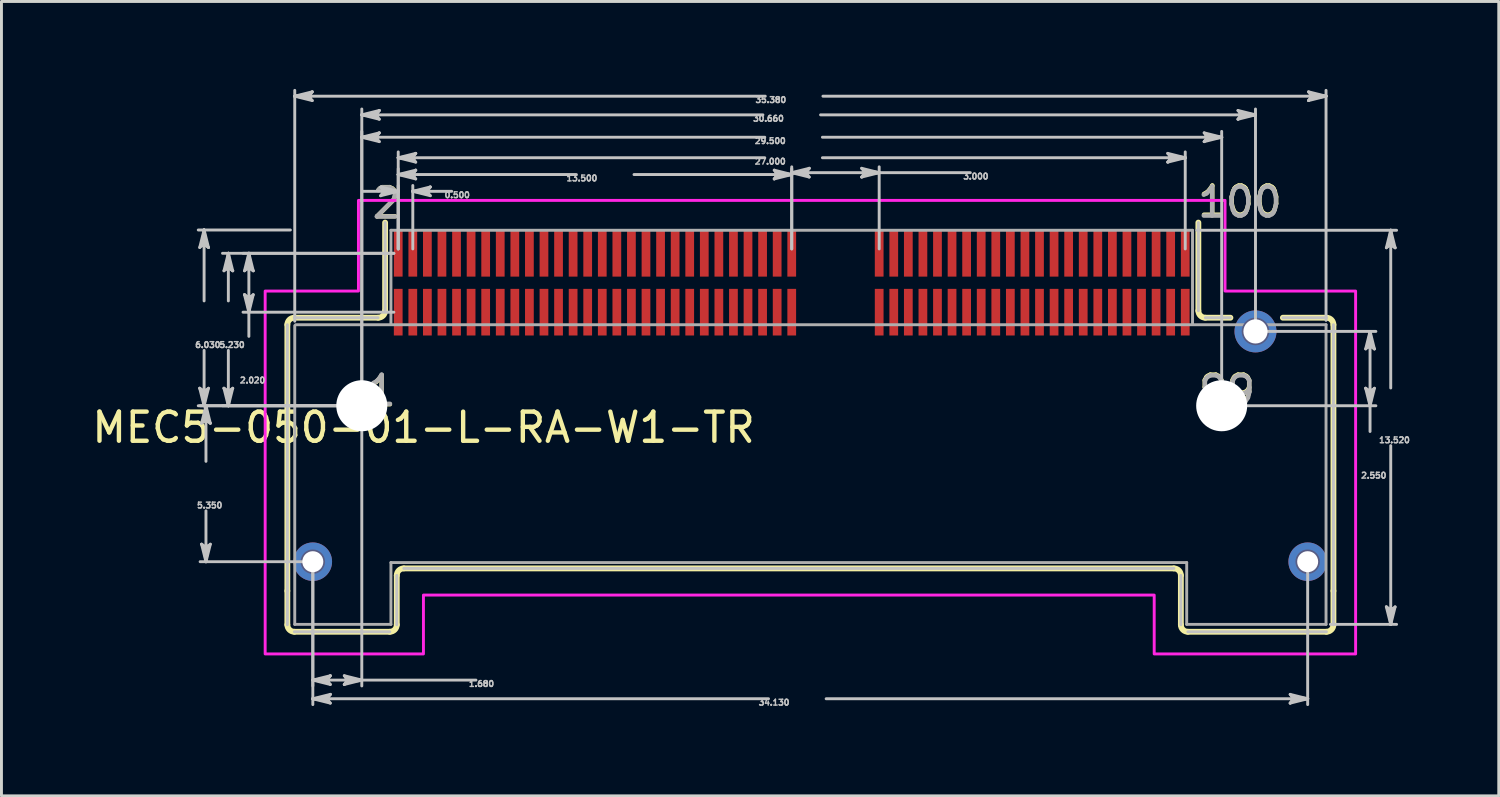
<source format=kicad_pcb>
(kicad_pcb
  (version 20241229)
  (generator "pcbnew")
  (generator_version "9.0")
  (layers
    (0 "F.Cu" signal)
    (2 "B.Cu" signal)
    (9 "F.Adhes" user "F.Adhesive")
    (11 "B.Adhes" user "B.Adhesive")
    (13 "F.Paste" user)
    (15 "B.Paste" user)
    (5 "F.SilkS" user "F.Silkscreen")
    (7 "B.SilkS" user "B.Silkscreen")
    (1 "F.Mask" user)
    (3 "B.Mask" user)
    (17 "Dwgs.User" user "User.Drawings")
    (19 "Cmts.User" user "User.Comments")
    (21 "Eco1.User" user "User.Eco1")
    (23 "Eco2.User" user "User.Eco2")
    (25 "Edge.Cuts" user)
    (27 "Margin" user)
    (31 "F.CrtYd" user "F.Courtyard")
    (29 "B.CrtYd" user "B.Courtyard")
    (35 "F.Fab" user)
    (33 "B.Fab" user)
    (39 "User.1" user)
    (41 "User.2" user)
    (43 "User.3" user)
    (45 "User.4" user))
  (footprint "MEC5-050-01-L-RA-W1-TR"
    (layer "F.Cu")
    (at 24.112 6.65)
    (property "Reference" "MEC5-050-01-L-RA-W1-TR" (at -12.63 4.966 0) (layer "F.SilkS") (effects (font (size 1 1) (thickness 0.15))))
    (attr smd)
    (fp_circle (center -16.43 9.57) (end -15.719 9.57) (stroke (width 0) (type solid)) (fill yes) (layer "F.Mask"))
    (fp_circle (center -14.75 4.22) (end -13.824 4.22) (stroke (width 0) (type solid)) (fill yes) (layer "F.Mask"))
    (fp_circle (center 14.75 4.22) (end 15.676 4.22) (stroke (width 0) (type solid)) (fill yes) (layer "F.Mask"))
    (fp_circle (center 15.91 1.67) (end 16.681 1.67) (stroke (width 0) (type solid)) (fill yes) (layer "F.Mask"))
    (fp_circle (center 17.7 9.57) (end 18.411 9.57) (stroke (width 0) (type solid)) (fill yes) (layer "F.Mask"))
    (fp_poly (pts (xy -13.701 -1.861) (xy -13.299 -1.861) (xy -13.299 -0.159) (xy -13.701 -0.159)) (stroke (width 0.01) (type solid)) (fill yes) (layer "F.Mask"))
    (fp_poly (pts (xy -13.701 0.159) (xy -13.299 0.159) (xy -13.299 1.861) (xy -13.701 1.861)) (stroke (width 0.01) (type solid)) (fill yes) (layer "F.Mask"))
    (fp_poly (pts (xy -13.201 -1.861) (xy -12.799 -1.861) (xy -12.799 -0.159) (xy -13.201 -0.159)) (stroke (width 0.01) (type solid)) (fill yes) (layer "F.Mask"))
    (fp_poly (pts (xy -13.201 0.159) (xy -12.799 0.159) (xy -12.799 1.861) (xy -13.201 1.861)) (stroke (width 0.01) (type solid)) (fill yes) (layer "F.Mask"))
    (fp_poly (pts (xy -12.701 -1.861) (xy -12.299 -1.861) (xy -12.299 -0.159) (xy -12.701 -0.159)) (stroke (width 0.01) (type solid)) (fill yes) (layer "F.Mask"))
    (fp_poly (pts (xy -12.701 0.159) (xy -12.299 0.159) (xy -12.299 1.861) (xy -12.701 1.861)) (stroke (width 0.01) (type solid)) (fill yes) (layer "F.Mask"))
    (fp_poly (pts (xy -12.201 -1.861) (xy -11.799 -1.861) (xy -11.799 -0.159) (xy -12.201 -0.159)) (stroke (width 0.01) (type solid)) (fill yes) (layer "F.Mask"))
    (fp_poly (pts (xy -12.201 0.159) (xy -11.799 0.159) (xy -11.799 1.861) (xy -12.201 1.861)) (stroke (width 0.01) (type solid)) (fill yes) (layer "F.Mask"))
    (fp_poly (pts (xy -11.701 -1.861) (xy -11.299 -1.861) (xy -11.299 -0.159) (xy -11.701 -0.159)) (stroke (width 0.01) (type solid)) (fill yes) (layer "F.Mask"))
    (fp_poly (pts (xy -11.701 0.159) (xy -11.299 0.159) (xy -11.299 1.861) (xy -11.701 1.861)) (stroke (width 0.01) (type solid)) (fill yes) (layer "F.Mask"))
    (fp_poly (pts (xy -11.201 -1.861) (xy -10.799 -1.861) (xy -10.799 -0.159) (xy -11.201 -0.159)) (stroke (width 0.01) (type solid)) (fill yes) (layer "F.Mask"))
    (fp_poly (pts (xy -11.201 0.159) (xy -10.799 0.159) (xy -10.799 1.861) (xy -11.201 1.861)) (stroke (width 0.01) (type solid)) (fill yes) (layer "F.Mask"))
    (fp_poly (pts (xy -10.701 -1.861) (xy -10.299 -1.861) (xy -10.299 -0.159) (xy -10.701 -0.159)) (stroke (width 0.01) (type solid)) (fill yes) (layer "F.Mask"))
    (fp_poly (pts (xy -10.701 0.159) (xy -10.299 0.159) (xy -10.299 1.861) (xy -10.701 1.861)) (stroke (width 0.01) (type solid)) (fill yes) (layer "F.Mask"))
    (fp_poly (pts (xy -10.201 -1.861) (xy -9.799 -1.861) (xy -9.799 -0.159) (xy -10.201 -0.159)) (stroke (width 0.01) (type solid)) (fill yes) (layer "F.Mask"))
    (fp_poly (pts (xy -10.201 0.159) (xy -9.799 0.159) (xy -9.799 1.861) (xy -10.201 1.861)) (stroke (width 0.01) (type solid)) (fill yes) (layer "F.Mask"))
    (fp_poly (pts (xy -9.701 -1.861) (xy -9.299 -1.861) (xy -9.299 -0.159) (xy -9.701 -0.159)) (stroke (width 0.01) (type solid)) (fill yes) (layer "F.Mask"))
    (fp_poly (pts (xy -9.701 0.159) (xy -9.299 0.159) (xy -9.299 1.861) (xy -9.701 1.861)) (stroke (width 0.01) (type solid)) (fill yes) (layer "F.Mask"))
    (fp_poly (pts (xy -9.201 -1.861) (xy -8.799 -1.861) (xy -8.799 -0.159) (xy -9.201 -0.159)) (stroke (width 0.01) (type solid)) (fill yes) (layer "F.Mask"))
    (fp_poly (pts (xy -9.201 0.159) (xy -8.799 0.159) (xy -8.799 1.861) (xy -9.201 1.861)) (stroke (width 0.01) (type solid)) (fill yes) (layer "F.Mask"))
    (fp_poly (pts (xy -8.701 -1.861) (xy -8.299 -1.861) (xy -8.299 -0.159) (xy -8.701 -0.159)) (stroke (width 0.01) (type solid)) (fill yes) (layer "F.Mask"))
    (fp_poly (pts (xy -8.701 0.159) (xy -8.299 0.159) (xy -8.299 1.861) (xy -8.701 1.861)) (stroke (width 0.01) (type solid)) (fill yes) (layer "F.Mask"))
    (fp_poly (pts (xy -8.201 -1.861) (xy -7.799 -1.861) (xy -7.799 -0.159) (xy -8.201 -0.159)) (stroke (width 0.01) (type solid)) (fill yes) (layer "F.Mask"))
    (fp_poly (pts (xy -8.201 0.159) (xy -7.799 0.159) (xy -7.799 1.861) (xy -8.201 1.861)) (stroke (width 0.01) (type solid)) (fill yes) (layer "F.Mask"))
    (fp_poly (pts (xy -7.701 -1.861) (xy -7.299 -1.861) (xy -7.299 -0.159) (xy -7.701 -0.159)) (stroke (width 0.01) (type solid)) (fill yes) (layer "F.Mask"))
    (fp_poly (pts (xy -7.701 0.159) (xy -7.299 0.159) (xy -7.299 1.861) (xy -7.701 1.861)) (stroke (width 0.01) (type solid)) (fill yes) (layer "F.Mask"))
    (fp_poly (pts (xy -7.201 -1.861) (xy -6.799 -1.861) (xy -6.799 -0.159) (xy -7.201 -0.159)) (stroke (width 0.01) (type solid)) (fill yes) (layer "F.Mask"))
    (fp_poly (pts (xy -7.201 0.159) (xy -6.799 0.159) (xy -6.799 1.861) (xy -7.201 1.861)) (stroke (width 0.01) (type solid)) (fill yes) (layer "F.Mask"))
    (fp_poly (pts (xy -6.701 -1.861) (xy -6.299 -1.861) (xy -6.299 -0.159) (xy -6.701 -0.159)) (stroke (width 0.01) (type solid)) (fill yes) (layer "F.Mask"))
    (fp_poly (pts (xy -6.701 0.159) (xy -6.299 0.159) (xy -6.299 1.861) (xy -6.701 1.861)) (stroke (width 0.01) (type solid)) (fill yes) (layer "F.Mask"))
    (fp_poly (pts (xy -6.201 -1.861) (xy -5.799 -1.861) (xy -5.799 -0.159) (xy -6.201 -0.159)) (stroke (width 0.01) (type solid)) (fill yes) (layer "F.Mask"))
    (fp_poly (pts (xy -6.201 0.159) (xy -5.799 0.159) (xy -5.799 1.861) (xy -6.201 1.861)) (stroke (width 0.01) (type solid)) (fill yes) (layer "F.Mask"))
    (fp_poly (pts (xy -5.701 -1.861) (xy -5.299 -1.861) (xy -5.299 -0.159) (xy -5.701 -0.159)) (stroke (width 0.01) (type solid)) (fill yes) (layer "F.Mask"))
    (fp_poly (pts (xy -5.701 0.159) (xy -5.299 0.159) (xy -5.299 1.861) (xy -5.701 1.861)) (stroke (width 0.01) (type solid)) (fill yes) (layer "F.Mask"))
    (fp_poly (pts (xy -5.201 -1.861) (xy -4.799 -1.861) (xy -4.799 -0.159) (xy -5.201 -0.159)) (stroke (width 0.01) (type solid)) (fill yes) (layer "F.Mask"))
    (fp_poly (pts (xy -5.201 0.159) (xy -4.799 0.159) (xy -4.799 1.861) (xy -5.201 1.861)) (stroke (width 0.01) (type solid)) (fill yes) (layer "F.Mask"))
    (fp_poly (pts (xy -4.701 -1.861) (xy -4.299 -1.861) (xy -4.299 -0.159) (xy -4.701 -0.159)) (stroke (width 0.01) (type solid)) (fill yes) (layer "F.Mask"))
    (fp_poly (pts (xy -4.701 0.159) (xy -4.299 0.159) (xy -4.299 1.861) (xy -4.701 1.861)) (stroke (width 0.01) (type solid)) (fill yes) (layer "F.Mask"))
    (fp_poly (pts (xy -4.201 -1.861) (xy -3.799 -1.861) (xy -3.799 -0.159) (xy -4.201 -0.159)) (stroke (width 0.01) (type solid)) (fill yes) (layer "F.Mask"))
    (fp_poly (pts (xy -4.201 0.159) (xy -3.799 0.159) (xy -3.799 1.861) (xy -4.201 1.861)) (stroke (width 0.01) (type solid)) (fill yes) (layer "F.Mask"))
    (fp_poly (pts (xy -3.701 -1.861) (xy -3.299 -1.861) (xy -3.299 -0.159) (xy -3.701 -0.159)) (stroke (width 0.01) (type solid)) (fill yes) (layer "F.Mask"))
    (fp_poly (pts (xy -3.701 0.159) (xy -3.299 0.159) (xy -3.299 1.861) (xy -3.701 1.861)) (stroke (width 0.01) (type solid)) (fill yes) (layer "F.Mask"))
    (fp_poly (pts (xy -3.201 -1.861) (xy -2.799 -1.861) (xy -2.799 -0.159) (xy -3.201 -0.159)) (stroke (width 0.01) (type solid)) (fill yes) (layer "F.Mask"))
    (fp_poly (pts (xy -3.201 0.159) (xy -2.799 0.159) (xy -2.799 1.861) (xy -3.201 1.861)) (stroke (width 0.01) (type solid)) (fill yes) (layer "F.Mask"))
    (fp_poly (pts (xy -2.701 -1.861) (xy -2.299 -1.861) (xy -2.299 -0.159) (xy -2.701 -0.159)) (stroke (width 0.01) (type solid)) (fill yes) (layer "F.Mask"))
    (fp_poly (pts (xy -2.701 0.159) (xy -2.299 0.159) (xy -2.299 1.861) (xy -2.701 1.861)) (stroke (width 0.01) (type solid)) (fill yes) (layer "F.Mask"))
    (fp_poly (pts (xy -2.201 -1.861) (xy -1.799 -1.861) (xy -1.799 -0.159) (xy -2.201 -0.159)) (stroke (width 0.01) (type solid)) (fill yes) (layer "F.Mask"))
    (fp_poly (pts (xy -2.201 0.159) (xy -1.799 0.159) (xy -1.799 1.861) (xy -2.201 1.861)) (stroke (width 0.01) (type solid)) (fill yes) (layer "F.Mask"))
    (fp_poly (pts (xy -1.701 -1.861) (xy -1.299 -1.861) (xy -1.299 -0.159) (xy -1.701 -0.159)) (stroke (width 0.01) (type solid)) (fill yes) (layer "F.Mask"))
    (fp_poly (pts (xy -1.701 0.159) (xy -1.299 0.159) (xy -1.299 1.861) (xy -1.701 1.861)) (stroke (width 0.01) (type solid)) (fill yes) (layer "F.Mask"))
    (fp_poly (pts (xy -1.201 -1.861) (xy -0.799 -1.861) (xy -0.799 -0.159) (xy -1.201 -0.159)) (stroke (width 0.01) (type solid)) (fill yes) (layer "F.Mask"))
    (fp_poly (pts (xy -1.201 0.159) (xy -0.799 0.159) (xy -0.799 1.861) (xy -1.201 1.861)) (stroke (width 0.01) (type solid)) (fill yes) (layer "F.Mask"))
    (fp_poly (pts (xy -0.701 -1.861) (xy -0.299 -1.861) (xy -0.299 -0.159) (xy -0.701 -0.159)) (stroke (width 0.01) (type solid)) (fill yes) (layer "F.Mask"))
    (fp_poly (pts (xy -0.701 0.159) (xy -0.299 0.159) (xy -0.299 1.861) (xy -0.701 1.861)) (stroke (width 0.01) (type solid)) (fill yes) (layer "F.Mask"))
    (fp_poly (pts (xy -0.201 -1.861) (xy 0.201 -1.861) (xy 0.201 -0.159) (xy -0.201 -0.159)) (stroke (width 0.01) (type solid)) (fill yes) (layer "F.Mask"))
    (fp_poly (pts (xy -0.201 0.159) (xy 0.201 0.159) (xy 0.201 1.861) (xy -0.201 1.861)) (stroke (width 0.01) (type solid)) (fill yes) (layer "F.Mask"))
    (fp_poly (pts (xy 2.799 -1.861) (xy 3.201 -1.861) (xy 3.201 -0.159) (xy 2.799 -0.159)) (stroke (width 0.01) (type solid)) (fill yes) (layer "F.Mask"))
    (fp_poly (pts (xy 2.799 0.159) (xy 3.201 0.159) (xy 3.201 1.861) (xy 2.799 1.861)) (stroke (width 0.01) (type solid)) (fill yes) (layer "F.Mask"))
    (fp_poly (pts (xy 3.299 -1.861) (xy 3.701 -1.861) (xy 3.701 -0.159) (xy 3.299 -0.159)) (stroke (width 0.01) (type solid)) (fill yes) (layer "F.Mask"))
    (fp_poly (pts (xy 3.299 0.159) (xy 3.701 0.159) (xy 3.701 1.861) (xy 3.299 1.861)) (stroke (width 0.01) (type solid)) (fill yes) (layer "F.Mask"))
    (fp_poly (pts (xy 3.799 -1.861) (xy 4.201 -1.861) (xy 4.201 -0.159) (xy 3.799 -0.159)) (stroke (width 0.01) (type solid)) (fill yes) (layer "F.Mask"))
    (fp_poly (pts (xy 3.799 0.159) (xy 4.201 0.159) (xy 4.201 1.861) (xy 3.799 1.861)) (stroke (width 0.01) (type solid)) (fill yes) (layer "F.Mask"))
    (fp_poly (pts (xy 4.299 -1.861) (xy 4.701 -1.861) (xy 4.701 -0.159) (xy 4.299 -0.159)) (stroke (width 0.01) (type solid)) (fill yes) (layer "F.Mask"))
    (fp_poly (pts (xy 4.299 0.159) (xy 4.701 0.159) (xy 4.701 1.861) (xy 4.299 1.861)) (stroke (width 0.01) (type solid)) (fill yes) (layer "F.Mask"))
    (fp_poly (pts (xy 4.799 -1.861) (xy 5.201 -1.861) (xy 5.201 -0.159) (xy 4.799 -0.159)) (stroke (width 0.01) (type solid)) (fill yes) (layer "F.Mask"))
    (fp_poly (pts (xy 4.799 0.159) (xy 5.201 0.159) (xy 5.201 1.861) (xy 4.799 1.861)) (stroke (width 0.01) (type solid)) (fill yes) (layer "F.Mask"))
    (fp_poly (pts (xy 5.299 -1.861) (xy 5.701 -1.861) (xy 5.701 -0.159) (xy 5.299 -0.159)) (stroke (width 0.01) (type solid)) (fill yes) (layer "F.Mask"))
    (fp_poly (pts (xy 5.299 0.159) (xy 5.701 0.159) (xy 5.701 1.861) (xy 5.299 1.861)) (stroke (width 0.01) (type solid)) (fill yes) (layer "F.Mask"))
    (fp_poly (pts (xy 5.799 -1.861) (xy 6.201 -1.861) (xy 6.201 -0.159) (xy 5.799 -0.159)) (stroke (width 0.01) (type solid)) (fill yes) (layer "F.Mask"))
    (fp_poly (pts (xy 5.799 0.159) (xy 6.201 0.159) (xy 6.201 1.861) (xy 5.799 1.861)) (stroke (width 0.01) (type solid)) (fill yes) (layer "F.Mask"))
    (fp_poly (pts (xy 6.299 -1.861) (xy 6.701 -1.861) (xy 6.701 -0.159) (xy 6.299 -0.159)) (stroke (width 0.01) (type solid)) (fill yes) (layer "F.Mask"))
    (fp_poly (pts (xy 6.299 0.159) (xy 6.701 0.159) (xy 6.701 1.861) (xy 6.299 1.861)) (stroke (width 0.01) (type solid)) (fill yes) (layer "F.Mask"))
    (fp_poly (pts (xy 6.799 -1.861) (xy 7.201 -1.861) (xy 7.201 -0.159) (xy 6.799 -0.159)) (stroke (width 0.01) (type solid)) (fill yes) (layer "F.Mask"))
    (fp_poly (pts (xy 6.799 0.159) (xy 7.201 0.159) (xy 7.201 1.861) (xy 6.799 1.861)) (stroke (width 0.01) (type solid)) (fill yes) (layer "F.Mask"))
    (fp_poly (pts (xy 7.299 -1.861) (xy 7.701 -1.861) (xy 7.701 -0.159) (xy 7.299 -0.159)) (stroke (width 0.01) (type solid)) (fill yes) (layer "F.Mask"))
    (fp_poly (pts (xy 7.299 0.159) (xy 7.701 0.159) (xy 7.701 1.861) (xy 7.299 1.861)) (stroke (width 0.01) (type solid)) (fill yes) (layer "F.Mask"))
    (fp_poly (pts (xy 7.799 -1.861) (xy 8.201 -1.861) (xy 8.201 -0.159) (xy 7.799 -0.159)) (stroke (width 0.01) (type solid)) (fill yes) (layer "F.Mask"))
    (fp_poly (pts (xy 7.799 0.159) (xy 8.201 0.159) (xy 8.201 1.861) (xy 7.799 1.861)) (stroke (width 0.01) (type solid)) (fill yes) (layer "F.Mask"))
    (fp_poly (pts (xy 8.299 -1.861) (xy 8.701 -1.861) (xy 8.701 -0.159) (xy 8.299 -0.159)) (stroke (width 0.01) (type solid)) (fill yes) (layer "F.Mask"))
    (fp_poly (pts (xy 8.299 0.159) (xy 8.701 0.159) (xy 8.701 1.861) (xy 8.299 1.861)) (stroke (width 0.01) (type solid)) (fill yes) (layer "F.Mask"))
    (fp_poly (pts (xy 8.799 -1.861) (xy 9.201 -1.861) (xy 9.201 -0.159) (xy 8.799 -0.159)) (stroke (width 0.01) (type solid)) (fill yes) (layer "F.Mask"))
    (fp_poly (pts (xy 8.799 0.159) (xy 9.201 0.159) (xy 9.201 1.861) (xy 8.799 1.861)) (stroke (width 0.01) (type solid)) (fill yes) (layer "F.Mask"))
    (fp_poly (pts (xy 9.299 -1.861) (xy 9.701 -1.861) (xy 9.701 -0.159) (xy 9.299 -0.159)) (stroke (width 0.01) (type solid)) (fill yes) (layer "F.Mask"))
    (fp_poly (pts (xy 9.299 0.159) (xy 9.701 0.159) (xy 9.701 1.861) (xy 9.299 1.861)) (stroke (width 0.01) (type solid)) (fill yes) (layer "F.Mask"))
    (fp_poly (pts (xy 9.799 -1.861) (xy 10.201 -1.861) (xy 10.201 -0.159) (xy 9.799 -0.159)) (stroke (width 0.01) (type solid)) (fill yes) (layer "F.Mask"))
    (fp_poly (pts (xy 9.799 0.159) (xy 10.201 0.159) (xy 10.201 1.861) (xy 9.799 1.861)) (stroke (width 0.01) (type solid)) (fill yes) (layer "F.Mask"))
    (fp_poly (pts (xy 10.299 -1.861) (xy 10.701 -1.861) (xy 10.701 -0.159) (xy 10.299 -0.159)) (stroke (width 0.01) (type solid)) (fill yes) (layer "F.Mask"))
    (fp_poly (pts (xy 10.299 0.159) (xy 10.701 0.159) (xy 10.701 1.861) (xy 10.299 1.861)) (stroke (width 0.01) (type solid)) (fill yes) (layer "F.Mask"))
    (fp_poly (pts (xy 10.799 -1.861) (xy 11.201 -1.861) (xy 11.201 -0.159) (xy 10.799 -0.159)) (stroke (width 0.01) (type solid)) (fill yes) (layer "F.Mask"))
    (fp_poly (pts (xy 10.799 0.159) (xy 11.201 0.159) (xy 11.201 1.861) (xy 10.799 1.861)) (stroke (width 0.01) (type solid)) (fill yes) (layer "F.Mask"))
    (fp_poly (pts (xy 11.299 -1.861) (xy 11.701 -1.861) (xy 11.701 -0.159) (xy 11.299 -0.159)) (stroke (width 0.01) (type solid)) (fill yes) (layer "F.Mask"))
    (fp_poly (pts (xy 11.299 0.159) (xy 11.701 0.159) (xy 11.701 1.861) (xy 11.299 1.861)) (stroke (width 0.01) (type solid)) (fill yes) (layer "F.Mask"))
    (fp_poly (pts (xy 11.799 -1.861) (xy 12.201 -1.861) (xy 12.201 -0.159) (xy 11.799 -0.159)) (stroke (width 0.01) (type solid)) (fill yes) (layer "F.Mask"))
    (fp_poly (pts (xy 11.799 0.159) (xy 12.201 0.159) (xy 12.201 1.861) (xy 11.799 1.861)) (stroke (width 0.01) (type solid)) (fill yes) (layer "F.Mask"))
    (fp_poly (pts (xy 12.299 -1.861) (xy 12.701 -1.861) (xy 12.701 -0.159) (xy 12.299 -0.159)) (stroke (width 0.01) (type solid)) (fill yes) (layer "F.Mask"))
    (fp_poly (pts (xy 12.299 0.159) (xy 12.701 0.159) (xy 12.701 1.861) (xy 12.299 1.861)) (stroke (width 0.01) (type solid)) (fill yes) (layer "F.Mask"))
    (fp_poly (pts (xy 12.799 -1.861) (xy 13.201 -1.861) (xy 13.201 -0.159) (xy 12.799 -0.159)) (stroke (width 0.01) (type solid)) (fill yes) (layer "F.Mask"))
    (fp_poly (pts (xy 12.799 0.159) (xy 13.201 0.159) (xy 13.201 1.861) (xy 12.799 1.861)) (stroke (width 0.01) (type solid)) (fill yes) (layer "F.Mask"))
    (fp_poly (pts (xy 13.299 -1.861) (xy 13.701 -1.861) (xy 13.701 -0.159) (xy 13.299 -0.159)) (stroke (width 0.01) (type solid)) (fill yes) (layer "F.Mask"))
    (fp_poly (pts (xy 13.299 0.159) (xy 13.701 0.159) (xy 13.701 1.861) (xy 13.299 1.861)) (stroke (width 0.01) (type solid)) (fill yes) (layer "F.Mask"))
    (fp_circle (center -16.43 9.57) (end -15.719 9.57) (stroke (width 0) (type solid)) (fill yes) (layer "B.Mask"))
    (fp_circle (center -14.75 4.22) (end -13.824 4.22) (stroke (width 0) (type solid)) (fill yes) (layer "B.Mask"))
    (fp_circle (center 14.75 4.22) (end 15.676 4.22) (stroke (width 0) (type solid)) (fill yes) (layer "B.Mask"))
    (fp_circle (center 15.91 1.67) (end 16.681 1.67) (stroke (width 0) (type solid)) (fill yes) (layer "B.Mask"))
    (fp_circle (center 17.7 9.57) (end 18.411 9.57) (stroke (width 0) (type solid)) (fill yes) (layer "B.Mask"))
    (fp_line (start -17.304 1.44) (end -17.304 10.572) (stroke (width 0.2) (type solid)) (layer "F.SilkS"))
    (fp_line (start -17.304 10.572) (end -17.304 11.733) (stroke (width 0.2) (type solid)) (layer "F.SilkS"))
    (fp_line (start -14.19 1.2) (end -17.064 1.2) (stroke (width 0.2) (type solid)) (layer "F.SilkS"))
    (fp_line (start -13.95 -2.064) (end -13.95 0.96) (stroke (width 0.2) (type solid)) (layer "F.SilkS"))
    (fp_line (start -13.79 11.974) (end -17.063 11.974) (stroke (width 0.2) (type solid)) (layer "F.SilkS"))
    (fp_line (start -13.55 10.04) (end -13.55 11.734) (stroke (width 0.2) (type solid)) (layer "F.SilkS"))
    (fp_line (start 13.11 9.8) (end -13.31 9.8) (stroke (width 0.2) (type solid)) (layer "F.SilkS"))
    (fp_line (start 13.35 11.734) (end 13.35 10.04) (stroke (width 0.2) (type solid)) (layer "F.SilkS"))
    (fp_line (start 13.95 -2.064) (end 13.95 0.96) (stroke (width 0.2) (type solid)) (layer "F.SilkS"))
    (fp_line (start 14.19 1.2) (end 15.05 1.2) (stroke (width 0.2) (type solid)) (layer "F.SilkS"))
    (fp_line (start 16.85 1.2) (end 18.344 1.2) (stroke (width 0.2) (type solid)) (layer "F.SilkS"))
    (fp_line (start 18.343 11.974) (end 13.59 11.974) (stroke (width 0.2) (type solid)) (layer "F.SilkS"))
    (fp_line (start 18.584 1.44) (end 18.584 10.572) (stroke (width 0.2) (type solid)) (layer "F.SilkS"))
    (fp_line (start 18.584 11.733) (end 18.584 10.572) (stroke (width 0.2) (type solid)) (layer "F.SilkS"))
    (fp_arc (start -17.304 1.44) (mid -17.233706 1.270294) (end -17.064 1.2) (stroke (width 0.2) (type solid)) (layer "F.SilkS"))
    (fp_arc (start -17.063 11.974) (mid -17.233413 11.903413) (end -17.304 11.733) (stroke (width 0.2) (type solid)) (layer "F.SilkS"))
    (fp_arc (start -13.95 0.96) (mid -14.020294 1.129706) (end -14.19 1.2) (stroke (width 0.2) (type solid)) (layer "F.SilkS"))
    (fp_arc (start -13.55 10.04) (mid -13.479706 9.870294) (end -13.31 9.8) (stroke (width 0.2) (type solid)) (layer "F.SilkS"))
    (fp_arc (start -13.55 11.734) (mid -13.620294 11.903706) (end -13.79 11.974) (stroke (width 0.2) (type solid)) (layer "F.SilkS"))
    (fp_arc (start 13.11 9.8) (mid 13.279706 9.870294) (end 13.35 10.04) (stroke (width 0.2) (type solid)) (layer "F.SilkS"))
    (fp_arc (start 13.59 11.974) (mid 13.420294 11.903706) (end 13.35 11.734) (stroke (width 0.2) (type solid)) (layer "F.SilkS"))
    (fp_arc (start 14.19 1.2) (mid 14.020294 1.129706) (end 13.95 0.96) (stroke (width 0.2) (type solid)) (layer "F.SilkS"))
    (fp_arc (start 18.344 1.2) (mid 18.513706 1.270294) (end 18.584 1.44) (stroke (width 0.2) (type solid)) (layer "F.SilkS"))
    (fp_arc (start 18.584 11.733) (mid 18.513413 11.903413) (end 18.343 11.974) (stroke (width 0.2) (type solid)) (layer "F.SilkS"))
    (fp_circle (center -16.43 9.57) (end -15.28 9.57) (stroke (width 0) (type solid)) (fill yes) (layer "F.Paste"))
    (fp_circle (center 15.91 1.67) (end 17.025 1.67) (stroke (width 0) (type solid)) (fill yes) (layer "F.Paste"))
    (fp_circle (center 17.7 9.57) (end 18.85 9.57) (stroke (width 0) (type solid)) (fill yes) (layer "F.Paste"))
    (fp_poly (pts (xy -13.65 -1.81) (xy -13.35 -1.81) (xy -13.35 -0.21) (xy -13.65 -0.21)) (stroke (width 0.01) (type solid)) (fill yes) (layer "F.Paste"))
    (fp_poly (pts (xy -13.65 0.21) (xy -13.35 0.21) (xy -13.35 1.81) (xy -13.65 1.81)) (stroke (width 0.01) (type solid)) (fill yes) (layer "F.Paste"))
    (fp_poly (pts (xy -13.15 -1.81) (xy -12.85 -1.81) (xy -12.85 -0.21) (xy -13.15 -0.21)) (stroke (width 0.01) (type solid)) (fill yes) (layer "F.Paste"))
    (fp_poly (pts (xy -13.15 0.21) (xy -12.85 0.21) (xy -12.85 1.81) (xy -13.15 1.81)) (stroke (width 0.01) (type solid)) (fill yes) (layer "F.Paste"))
    (fp_poly (pts (xy -12.65 -1.81) (xy -12.35 -1.81) (xy -12.35 -0.21) (xy -12.65 -0.21)) (stroke (width 0.01) (type solid)) (fill yes) (layer "F.Paste"))
    (fp_poly (pts (xy -12.65 0.21) (xy -12.35 0.21) (xy -12.35 1.81) (xy -12.65 1.81)) (stroke (width 0.01) (type solid)) (fill yes) (layer "F.Paste"))
    (fp_poly (pts (xy -12.15 -1.81) (xy -11.85 -1.81) (xy -11.85 -0.21) (xy -12.15 -0.21)) (stroke (width 0.01) (type solid)) (fill yes) (layer "F.Paste"))
    (fp_poly (pts (xy -12.15 0.21) (xy -11.85 0.21) (xy -11.85 1.81) (xy -12.15 1.81)) (stroke (width 0.01) (type solid)) (fill yes) (layer "F.Paste"))
    (fp_poly (pts (xy -11.65 -1.81) (xy -11.35 -1.81) (xy -11.35 -0.21) (xy -11.65 -0.21)) (stroke (width 0.01) (type solid)) (fill yes) (layer "F.Paste"))
    (fp_poly (pts (xy -11.65 0.21) (xy -11.35 0.21) (xy -11.35 1.81) (xy -11.65 1.81)) (stroke (width 0.01) (type solid)) (fill yes) (layer "F.Paste"))
    (fp_poly (pts (xy -11.15 -1.81) (xy -10.85 -1.81) (xy -10.85 -0.21) (xy -11.15 -0.21)) (stroke (width 0.01) (type solid)) (fill yes) (layer "F.Paste"))
    (fp_poly (pts (xy -11.15 0.21) (xy -10.85 0.21) (xy -10.85 1.81) (xy -11.15 1.81)) (stroke (width 0.01) (type solid)) (fill yes) (layer "F.Paste"))
    (fp_poly (pts (xy -10.65 -1.81) (xy -10.35 -1.81) (xy -10.35 -0.21) (xy -10.65 -0.21)) (stroke (width 0.01) (type solid)) (fill yes) (layer "F.Paste"))
    (fp_poly (pts (xy -10.65 0.21) (xy -10.35 0.21) (xy -10.35 1.81) (xy -10.65 1.81)) (stroke (width 0.01) (type solid)) (fill yes) (layer "F.Paste"))
    (fp_poly (pts (xy -10.15 -1.81) (xy -9.85 -1.81) (xy -9.85 -0.21) (xy -10.15 -0.21)) (stroke (width 0.01) (type solid)) (fill yes) (layer "F.Paste"))
    (fp_poly (pts (xy -10.15 0.21) (xy -9.85 0.21) (xy -9.85 1.81) (xy -10.15 1.81)) (stroke (width 0.01) (type solid)) (fill yes) (layer "F.Paste"))
    (fp_poly (pts (xy -9.65 -1.81) (xy -9.35 -1.81) (xy -9.35 -0.21) (xy -9.65 -0.21)) (stroke (width 0.01) (type solid)) (fill yes) (layer "F.Paste"))
    (fp_poly (pts (xy -9.65 0.21) (xy -9.35 0.21) (xy -9.35 1.81) (xy -9.65 1.81)) (stroke (width 0.01) (type solid)) (fill yes) (layer "F.Paste"))
    (fp_poly (pts (xy -9.15 -1.81) (xy -8.85 -1.81) (xy -8.85 -0.21) (xy -9.15 -0.21)) (stroke (width 0.01) (type solid)) (fill yes) (layer "F.Paste"))
    (fp_poly (pts (xy -9.15 0.21) (xy -8.85 0.21) (xy -8.85 1.81) (xy -9.15 1.81)) (stroke (width 0.01) (type solid)) (fill yes) (layer "F.Paste"))
    (fp_poly (pts (xy -8.65 -1.81) (xy -8.35 -1.81) (xy -8.35 -0.21) (xy -8.65 -0.21)) (stroke (width 0.01) (type solid)) (fill yes) (layer "F.Paste"))
    (fp_poly (pts (xy -8.65 0.21) (xy -8.35 0.21) (xy -8.35 1.81) (xy -8.65 1.81)) (stroke (width 0.01) (type solid)) (fill yes) (layer "F.Paste"))
    (fp_poly (pts (xy -8.15 -1.81) (xy -7.85 -1.81) (xy -7.85 -0.21) (xy -8.15 -0.21)) (stroke (width 0.01) (type solid)) (fill yes) (layer "F.Paste"))
    (fp_poly (pts (xy -8.15 0.21) (xy -7.85 0.21) (xy -7.85 1.81) (xy -8.15 1.81)) (stroke (width 0.01) (type solid)) (fill yes) (layer "F.Paste"))
    (fp_poly (pts (xy -7.65 -1.81) (xy -7.35 -1.81) (xy -7.35 -0.21) (xy -7.65 -0.21)) (stroke (width 0.01) (type solid)) (fill yes) (layer "F.Paste"))
    (fp_poly (pts (xy -7.65 0.21) (xy -7.35 0.21) (xy -7.35 1.81) (xy -7.65 1.81)) (stroke (width 0.01) (type solid)) (fill yes) (layer "F.Paste"))
    (fp_poly (pts (xy -7.15 -1.81) (xy -6.85 -1.81) (xy -6.85 -0.21) (xy -7.15 -0.21)) (stroke (width 0.01) (type solid)) (fill yes) (layer "F.Paste"))
    (fp_poly (pts (xy -7.15 0.21) (xy -6.85 0.21) (xy -6.85 1.81) (xy -7.15 1.81)) (stroke (width 0.01) (type solid)) (fill yes) (layer "F.Paste"))
    (fp_poly (pts (xy -6.65 -1.81) (xy -6.35 -1.81) (xy -6.35 -0.21) (xy -6.65 -0.21)) (stroke (width 0.01) (type solid)) (fill yes) (layer "F.Paste"))
    (fp_poly (pts (xy -6.65 0.21) (xy -6.35 0.21) (xy -6.35 1.81) (xy -6.65 1.81)) (stroke (width 0.01) (type solid)) (fill yes) (layer "F.Paste"))
    (fp_poly (pts (xy -6.15 -1.81) (xy -5.85 -1.81) (xy -5.85 -0.21) (xy -6.15 -0.21)) (stroke (width 0.01) (type solid)) (fill yes) (layer "F.Paste"))
    (fp_poly (pts (xy -6.15 0.21) (xy -5.85 0.21) (xy -5.85 1.81) (xy -6.15 1.81)) (stroke (width 0.01) (type solid)) (fill yes) (layer "F.Paste"))
    (fp_poly (pts (xy -5.65 -1.81) (xy -5.35 -1.81) (xy -5.35 -0.21) (xy -5.65 -0.21)) (stroke (width 0.01) (type solid)) (fill yes) (layer "F.Paste"))
    (fp_poly (pts (xy -5.65 0.21) (xy -5.35 0.21) (xy -5.35 1.81) (xy -5.65 1.81)) (stroke (width 0.01) (type solid)) (fill yes) (layer "F.Paste"))
    (fp_poly (pts (xy -5.15 -1.81) (xy -4.85 -1.81) (xy -4.85 -0.21) (xy -5.15 -0.21)) (stroke (width 0.01) (type solid)) (fill yes) (layer "F.Paste"))
    (fp_poly (pts (xy -5.15 0.21) (xy -4.85 0.21) (xy -4.85 1.81) (xy -5.15 1.81)) (stroke (width 0.01) (type solid)) (fill yes) (layer "F.Paste"))
    (fp_poly (pts (xy -4.65 -1.81) (xy -4.35 -1.81) (xy -4.35 -0.21) (xy -4.65 -0.21)) (stroke (width 0.01) (type solid)) (fill yes) (layer "F.Paste"))
    (fp_poly (pts (xy -4.65 0.21) (xy -4.35 0.21) (xy -4.35 1.81) (xy -4.65 1.81)) (stroke (width 0.01) (type solid)) (fill yes) (layer "F.Paste"))
    (fp_poly (pts (xy -4.15 -1.81) (xy -3.85 -1.81) (xy -3.85 -0.21) (xy -4.15 -0.21)) (stroke (width 0.01) (type solid)) (fill yes) (layer "F.Paste"))
    (fp_poly (pts (xy -4.15 0.21) (xy -3.85 0.21) (xy -3.85 1.81) (xy -4.15 1.81)) (stroke (width 0.01) (type solid)) (fill yes) (layer "F.Paste"))
    (fp_poly (pts (xy -3.65 -1.81) (xy -3.35 -1.81) (xy -3.35 -0.21) (xy -3.65 -0.21)) (stroke (width 0.01) (type solid)) (fill yes) (layer "F.Paste"))
    (fp_poly (pts (xy -3.65 0.21) (xy -3.35 0.21) (xy -3.35 1.81) (xy -3.65 1.81)) (stroke (width 0.01) (type solid)) (fill yes) (layer "F.Paste"))
    (fp_poly (pts (xy -3.15 -1.81) (xy -2.85 -1.81) (xy -2.85 -0.21) (xy -3.15 -0.21)) (stroke (width 0.01) (type solid)) (fill yes) (layer "F.Paste"))
    (fp_poly (pts (xy -3.15 0.21) (xy -2.85 0.21) (xy -2.85 1.81) (xy -3.15 1.81)) (stroke (width 0.01) (type solid)) (fill yes) (layer "F.Paste"))
    (fp_poly (pts (xy -2.65 -1.81) (xy -2.35 -1.81) (xy -2.35 -0.21) (xy -2.65 -0.21)) (stroke (width 0.01) (type solid)) (fill yes) (layer "F.Paste"))
    (fp_poly (pts (xy -2.65 0.21) (xy -2.35 0.21) (xy -2.35 1.81) (xy -2.65 1.81)) (stroke (width 0.01) (type solid)) (fill yes) (layer "F.Paste"))
    (fp_poly (pts (xy -2.15 -1.81) (xy -1.85 -1.81) (xy -1.85 -0.21) (xy -2.15 -0.21)) (stroke (width 0.01) (type solid)) (fill yes) (layer "F.Paste"))
    (fp_poly (pts (xy -2.15 0.21) (xy -1.85 0.21) (xy -1.85 1.81) (xy -2.15 1.81)) (stroke (width 0.01) (type solid)) (fill yes) (layer "F.Paste"))
    (fp_poly (pts (xy -1.65 -1.81) (xy -1.35 -1.81) (xy -1.35 -0.21) (xy -1.65 -0.21)) (stroke (width 0.01) (type solid)) (fill yes) (layer "F.Paste"))
    (fp_poly (pts (xy -1.65 0.21) (xy -1.35 0.21) (xy -1.35 1.81) (xy -1.65 1.81)) (stroke (width 0.01) (type solid)) (fill yes) (layer "F.Paste"))
    (fp_poly (pts (xy -1.15 -1.81) (xy -0.85 -1.81) (xy -0.85 -0.21) (xy -1.15 -0.21)) (stroke (width 0.01) (type solid)) (fill yes) (layer "F.Paste"))
    (fp_poly (pts (xy -1.15 0.21) (xy -0.85 0.21) (xy -0.85 1.81) (xy -1.15 1.81)) (stroke (width 0.01) (type solid)) (fill yes) (layer "F.Paste"))
    (fp_poly (pts (xy -0.65 -1.81) (xy -0.35 -1.81) (xy -0.35 -0.21) (xy -0.65 -0.21)) (stroke (width 0.01) (type solid)) (fill yes) (layer "F.Paste"))
    (fp_poly (pts (xy -0.65 0.21) (xy -0.35 0.21) (xy -0.35 1.81) (xy -0.65 1.81)) (stroke (width 0.01) (type solid)) (fill yes) (layer "F.Paste"))
    (fp_poly (pts (xy -0.15 -1.81) (xy 0.15 -1.81) (xy 0.15 -0.21) (xy -0.15 -0.21)) (stroke (width 0.01) (type solid)) (fill yes) (layer "F.Paste"))
    (fp_poly (pts (xy -0.15 0.21) (xy 0.15 0.21) (xy 0.15 1.81) (xy -0.15 1.81)) (stroke (width 0.01) (type solid)) (fill yes) (layer "F.Paste"))
    (fp_poly (pts (xy 2.85 -1.81) (xy 3.15 -1.81) (xy 3.15 -0.21) (xy 2.85 -0.21)) (stroke (width 0.01) (type solid)) (fill yes) (layer "F.Paste"))
    (fp_poly (pts (xy 2.85 0.21) (xy 3.15 0.21) (xy 3.15 1.81) (xy 2.85 1.81)) (stroke (width 0.01) (type solid)) (fill yes) (layer "F.Paste"))
    (fp_poly (pts (xy 3.35 -1.81) (xy 3.65 -1.81) (xy 3.65 -0.21) (xy 3.35 -0.21)) (stroke (width 0.01) (type solid)) (fill yes) (layer "F.Paste"))
    (fp_poly (pts (xy 3.35 0.21) (xy 3.65 0.21) (xy 3.65 1.81) (xy 3.35 1.81)) (stroke (width 0.01) (type solid)) (fill yes) (layer "F.Paste"))
    (fp_poly (pts (xy 3.85 -1.81) (xy 4.15 -1.81) (xy 4.15 -0.21) (xy 3.85 -0.21)) (stroke (width 0.01) (type solid)) (fill yes) (layer "F.Paste"))
    (fp_poly (pts (xy 3.85 0.21) (xy 4.15 0.21) (xy 4.15 1.81) (xy 3.85 1.81)) (stroke (width 0.01) (type solid)) (fill yes) (layer "F.Paste"))
    (fp_poly (pts (xy 4.35 -1.81) (xy 4.65 -1.81) (xy 4.65 -0.21) (xy 4.35 -0.21)) (stroke (width 0.01) (type solid)) (fill yes) (layer "F.Paste"))
    (fp_poly (pts (xy 4.35 0.21) (xy 4.65 0.21) (xy 4.65 1.81) (xy 4.35 1.81)) (stroke (width 0.01) (type solid)) (fill yes) (layer "F.Paste"))
    (fp_poly (pts (xy 4.85 -1.81) (xy 5.15 -1.81) (xy 5.15 -0.21) (xy 4.85 -0.21)) (stroke (width 0.01) (type solid)) (fill yes) (layer "F.Paste"))
    (fp_poly (pts (xy 4.85 0.21) (xy 5.15 0.21) (xy 5.15 1.81) (xy 4.85 1.81)) (stroke (width 0.01) (type solid)) (fill yes) (layer "F.Paste"))
    (fp_poly (pts (xy 5.35 -1.81) (xy 5.65 -1.81) (xy 5.65 -0.21) (xy 5.35 -0.21)) (stroke (width 0.01) (type solid)) (fill yes) (layer "F.Paste"))
    (fp_poly (pts (xy 5.35 0.21) (xy 5.65 0.21) (xy 5.65 1.81) (xy 5.35 1.81)) (stroke (width 0.01) (type solid)) (fill yes) (layer "F.Paste"))
    (fp_poly (pts (xy 5.85 -1.81) (xy 6.15 -1.81) (xy 6.15 -0.21) (xy 5.85 -0.21)) (stroke (width 0.01) (type solid)) (fill yes) (layer "F.Paste"))
    (fp_poly (pts (xy 5.85 0.21) (xy 6.15 0.21) (xy 6.15 1.81) (xy 5.85 1.81)) (stroke (width 0.01) (type solid)) (fill yes) (layer "F.Paste"))
    (fp_poly (pts (xy 6.35 -1.81) (xy 6.65 -1.81) (xy 6.65 -0.21) (xy 6.35 -0.21)) (stroke (width 0.01) (type solid)) (fill yes) (layer "F.Paste"))
    (fp_poly (pts (xy 6.35 0.21) (xy 6.65 0.21) (xy 6.65 1.81) (xy 6.35 1.81)) (stroke (width 0.01) (type solid)) (fill yes) (layer "F.Paste"))
    (fp_poly (pts (xy 6.85 -1.81) (xy 7.15 -1.81) (xy 7.15 -0.21) (xy 6.85 -0.21)) (stroke (width 0.01) (type solid)) (fill yes) (layer "F.Paste"))
    (fp_poly (pts (xy 6.85 0.21) (xy 7.15 0.21) (xy 7.15 1.81) (xy 6.85 1.81)) (stroke (width 0.01) (type solid)) (fill yes) (layer "F.Paste"))
    (fp_poly (pts (xy 7.35 -1.81) (xy 7.65 -1.81) (xy 7.65 -0.21) (xy 7.35 -0.21)) (stroke (width 0.01) (type solid)) (fill yes) (layer "F.Paste"))
    (fp_poly (pts (xy 7.35 0.21) (xy 7.65 0.21) (xy 7.65 1.81) (xy 7.35 1.81)) (stroke (width 0.01) (type solid)) (fill yes) (layer "F.Paste"))
    (fp_poly (pts (xy 7.85 -1.81) (xy 8.15 -1.81) (xy 8.15 -0.21) (xy 7.85 -0.21)) (stroke (width 0.01) (type solid)) (fill yes) (layer "F.Paste"))
    (fp_poly (pts (xy 7.85 0.21) (xy 8.15 0.21) (xy 8.15 1.81) (xy 7.85 1.81)) (stroke (width 0.01) (type solid)) (fill yes) (layer "F.Paste"))
    (fp_poly (pts (xy 8.35 -1.81) (xy 8.65 -1.81) (xy 8.65 -0.21) (xy 8.35 -0.21)) (stroke (width 0.01) (type solid)) (fill yes) (layer "F.Paste"))
    (fp_poly (pts (xy 8.35 0.21) (xy 8.65 0.21) (xy 8.65 1.81) (xy 8.35 1.81)) (stroke (width 0.01) (type solid)) (fill yes) (layer "F.Paste"))
    (fp_poly (pts (xy 8.85 -1.81) (xy 9.15 -1.81) (xy 9.15 -0.21) (xy 8.85 -0.21)) (stroke (width 0.01) (type solid)) (fill yes) (layer "F.Paste"))
    (fp_poly (pts (xy 8.85 0.21) (xy 9.15 0.21) (xy 9.15 1.81) (xy 8.85 1.81)) (stroke (width 0.01) (type solid)) (fill yes) (layer "F.Paste"))
    (fp_poly (pts (xy 9.35 -1.81) (xy 9.65 -1.81) (xy 9.65 -0.21) (xy 9.35 -0.21)) (stroke (width 0.01) (type solid)) (fill yes) (layer "F.Paste"))
    (fp_poly (pts (xy 9.35 0.21) (xy 9.65 0.21) (xy 9.65 1.81) (xy 9.35 1.81)) (stroke (width 0.01) (type solid)) (fill yes) (layer "F.Paste"))
    (fp_poly (pts (xy 9.85 -1.81) (xy 10.15 -1.81) (xy 10.15 -0.21) (xy 9.85 -0.21)) (stroke (width 0.01) (type solid)) (fill yes) (layer "F.Paste"))
    (fp_poly (pts (xy 9.85 0.21) (xy 10.15 0.21) (xy 10.15 1.81) (xy 9.85 1.81)) (stroke (width 0.01) (type solid)) (fill yes) (layer "F.Paste"))
    (fp_poly (pts (xy 10.35 -1.81) (xy 10.65 -1.81) (xy 10.65 -0.21) (xy 10.35 -0.21)) (stroke (width 0.01) (type solid)) (fill yes) (layer "F.Paste"))
    (fp_poly (pts (xy 10.35 0.21) (xy 10.65 0.21) (xy 10.65 1.81) (xy 10.35 1.81)) (stroke (width 0.01) (type solid)) (fill yes) (layer "F.Paste"))
    (fp_poly (pts (xy 10.85 -1.81) (xy 11.15 -1.81) (xy 11.15 -0.21) (xy 10.85 -0.21)) (stroke (width 0.01) (type solid)) (fill yes) (layer "F.Paste"))
    (fp_poly (pts (xy 10.85 0.21) (xy 11.15 0.21) (xy 11.15 1.81) (xy 10.85 1.81)) (stroke (width 0.01) (type solid)) (fill yes) (layer "F.Paste"))
    (fp_poly (pts (xy 11.35 -1.81) (xy 11.65 -1.81) (xy 11.65 -0.21) (xy 11.35 -0.21)) (stroke (width 0.01) (type solid)) (fill yes) (layer "F.Paste"))
    (fp_poly (pts (xy 11.35 0.21) (xy 11.65 0.21) (xy 11.65 1.81) (xy 11.35 1.81)) (stroke (width 0.01) (type solid)) (fill yes) (layer "F.Paste"))
    (fp_poly (pts (xy 11.85 -1.81) (xy 12.15 -1.81) (xy 12.15 -0.21) (xy 11.85 -0.21)) (stroke (width 0.01) (type solid)) (fill yes) (layer "F.Paste"))
    (fp_poly (pts (xy 11.85 0.21) (xy 12.15 0.21) (xy 12.15 1.81) (xy 11.85 1.81)) (stroke (width 0.01) (type solid)) (fill yes) (layer "F.Paste"))
    (fp_poly (pts (xy 12.35 -1.81) (xy 12.65 -1.81) (xy 12.65 -0.21) (xy 12.35 -0.21)) (stroke (width 0.01) (type solid)) (fill yes) (layer "F.Paste"))
    (fp_poly (pts (xy 12.35 0.21) (xy 12.65 0.21) (xy 12.65 1.81) (xy 12.35 1.81)) (stroke (width 0.01) (type solid)) (fill yes) (layer "F.Paste"))
    (fp_poly (pts (xy 12.85 -1.81) (xy 13.15 -1.81) (xy 13.15 -0.21) (xy 12.85 -0.21)) (stroke (width 0.01) (type solid)) (fill yes) (layer "F.Paste"))
    (fp_poly (pts (xy 12.85 0.21) (xy 13.15 0.21) (xy 13.15 1.81) (xy 12.85 1.81)) (stroke (width 0.01) (type solid)) (fill yes) (layer "F.Paste"))
    (fp_poly (pts (xy 13.35 -1.81) (xy 13.65 -1.81) (xy 13.65 -0.21) (xy 13.35 -0.21)) (stroke (width 0.01) (type solid)) (fill yes) (layer "F.Paste"))
    (fp_poly (pts (xy 13.35 0.21) (xy 13.65 0.21) (xy 13.65 1.81) (xy 13.35 1.81)) (stroke (width 0.01) (type solid)) (fill yes) (layer "F.Paste"))
    (fp_line (start -20.31 -1.21) (end -20.16 -1.33) (stroke (width 0.1) (type solid)) (layer "Dwgs.User"))
    (fp_line (start -20.31 3.62) (end -20.16 4.22) (stroke (width 0.1) (type solid)) (layer "Dwgs.User"))
    (fp_line (start -20.246 4.82) (end -20.096 4.7) (stroke (width 0.1) (type solid)) (layer "Dwgs.User"))
    (fp_line (start -20.246 8.97) (end -20.096 9.57) (stroke (width 0.1) (type solid)) (layer "Dwgs.User"))
    (fp_line (start -20.235 -1.27) (end -20.16 -1.33) (stroke (width 0.1) (type solid)) (layer "Dwgs.User"))
    (fp_line (start -20.235 3.68) (end -20.31 3.62) (stroke (width 0.1) (type solid)) (layer "Dwgs.User"))
    (fp_line (start -20.171 4.76) (end -20.096 4.7) (stroke (width 0.1) (type solid)) (layer "Dwgs.User"))
    (fp_line (start -20.171 9.03) (end -20.246 8.97) (stroke (width 0.1) (type solid)) (layer "Dwgs.User"))
    (fp_line (start -20.16 -1.81) (end -20.31 -1.21) (stroke (width 0.1) (type solid)) (layer "Dwgs.User"))
    (fp_line (start -20.16 -1.81) (end -20.235 -1.27) (stroke (width 0.1) (type solid)) (layer "Dwgs.User"))
    (fp_line (start -20.16 -1.81) (end -20.085 -1.27) (stroke (width 0.1) (type solid)) (layer "Dwgs.User"))
    (fp_line (start -20.16 -1.33) (end -20.16 -1.81) (stroke (width 0.1) (type solid)) (layer "Dwgs.User"))
    (fp_line (start -20.16 -1.33) (end -20.01 -1.21) (stroke (width 0.1) (type solid)) (layer "Dwgs.User"))
    (fp_line (start -20.16 0.623) (end -20.16 -1.81) (stroke (width 0.1) (type solid)) (layer "Dwgs.User"))
    (fp_line (start -20.16 2.321) (end -20.16 4.22) (stroke (width 0.1) (type solid)) (layer "Dwgs.User"))
    (fp_line (start -20.16 3.74) (end -20.31 3.62) (stroke (width 0.1) (type solid)) (layer "Dwgs.User"))
    (fp_line (start -20.16 3.74) (end -20.16 4.22) (stroke (width 0.1) (type solid)) (layer "Dwgs.User"))
    (fp_line (start -20.16 4.22) (end -20.235 3.68) (stroke (width 0.1) (type solid)) (layer "Dwgs.User"))
    (fp_line (start -20.16 4.22) (end -20.085 3.68) (stroke (width 0.1) (type solid)) (layer "Dwgs.User"))
    (fp_line (start -20.16 4.22) (end -20.01 3.62) (stroke (width 0.1) (type solid)) (layer "Dwgs.User"))
    (fp_line (start -20.096 4.22) (end -20.246 4.82) (stroke (width 0.1) (type solid)) (layer "Dwgs.User"))
    (fp_line (start -20.096 4.22) (end -20.171 4.76) (stroke (width 0.1) (type solid)) (layer "Dwgs.User"))
    (fp_line (start -20.096 4.22) (end -20.021 4.76) (stroke (width 0.1) (type solid)) (layer "Dwgs.User"))
    (fp_line (start -20.096 4.7) (end -20.096 4.22) (stroke (width 0.1) (type solid)) (layer "Dwgs.User"))
    (fp_line (start -20.096 4.7) (end -19.946 4.82) (stroke (width 0.1) (type solid)) (layer "Dwgs.User"))
    (fp_line (start -20.096 6.127) (end -20.096 4.22) (stroke (width 0.1) (type solid)) (layer "Dwgs.User"))
    (fp_line (start -20.096 7.825) (end -20.096 9.57) (stroke (width 0.1) (type solid)) (layer "Dwgs.User"))
    (fp_line (start -20.096 9.09) (end -20.246 8.97) (stroke (width 0.1) (type solid)) (layer "Dwgs.User"))
    (fp_line (start -20.096 9.09) (end -20.096 9.57) (stroke (width 0.1) (type solid)) (layer "Dwgs.User"))
    (fp_line (start -20.096 9.57) (end -20.171 9.03) (stroke (width 0.1) (type solid)) (layer "Dwgs.User"))
    (fp_line (start -20.096 9.57) (end -20.021 9.03) (stroke (width 0.1) (type solid)) (layer "Dwgs.User"))
    (fp_line (start -20.096 9.57) (end -19.946 8.97) (stroke (width 0.1) (type solid)) (layer "Dwgs.User"))
    (fp_line (start -20.085 -1.27) (end -20.01 -1.21) (stroke (width 0.1) (type solid)) (layer "Dwgs.User"))
    (fp_line (start -20.085 3.68) (end -20.16 3.74) (stroke (width 0.1) (type solid)) (layer "Dwgs.User"))
    (fp_line (start -20.021 4.76) (end -19.946 4.82) (stroke (width 0.1) (type solid)) (layer "Dwgs.User"))
    (fp_line (start -20.021 9.03) (end -20.096 9.09) (stroke (width 0.1) (type solid)) (layer "Dwgs.User"))
    (fp_line (start -20.01 -1.21) (end -20.16 -1.81) (stroke (width 0.1) (type solid)) (layer "Dwgs.User"))
    (fp_line (start -20.01 3.62) (end -20.16 3.74) (stroke (width 0.1) (type solid)) (layer "Dwgs.User"))
    (fp_line (start -19.946 4.82) (end -20.096 4.22) (stroke (width 0.1) (type solid)) (layer "Dwgs.User"))
    (fp_line (start -19.946 8.97) (end -20.096 9.09) (stroke (width 0.1) (type solid)) (layer "Dwgs.User"))
    (fp_line (start -19.478 -0.41) (end -19.328 -0.53) (stroke (width 0.1) (type solid)) (layer "Dwgs.User"))
    (fp_line (start -19.478 3.62) (end -19.328 4.22) (stroke (width 0.1) (type solid)) (layer "Dwgs.User"))
    (fp_line (start -19.403 -0.47) (end -19.328 -0.53) (stroke (width 0.1) (type solid)) (layer "Dwgs.User"))
    (fp_line (start -19.403 3.68) (end -19.478 3.62) (stroke (width 0.1) (type solid)) (layer "Dwgs.User"))
    (fp_line (start -19.328 -1.01) (end -19.478 -0.41) (stroke (width 0.1) (type solid)) (layer "Dwgs.User"))
    (fp_line (start -19.328 -1.01) (end -19.403 -0.47) (stroke (width 0.1) (type solid)) (layer "Dwgs.User"))
    (fp_line (start -19.328 -1.01) (end -19.253 -0.47) (stroke (width 0.1) (type solid)) (layer "Dwgs.User"))
    (fp_line (start -19.328 -0.53) (end -19.328 -1.01) (stroke (width 0.1) (type solid)) (layer "Dwgs.User"))
    (fp_line (start -19.328 -0.53) (end -19.178 -0.41) (stroke (width 0.1) (type solid)) (layer "Dwgs.User"))
    (fp_line (start -19.328 0.623) (end -19.328 -1.01) (stroke (width 0.1) (type solid)) (layer "Dwgs.User"))
    (fp_line (start -19.328 2.321) (end -19.328 4.22) (stroke (width 0.1) (type solid)) (layer "Dwgs.User"))
    (fp_line (start -19.328 3.74) (end -19.478 3.62) (stroke (width 0.1) (type solid)) (layer "Dwgs.User"))
    (fp_line (start -19.328 3.74) (end -19.328 4.22) (stroke (width 0.1) (type solid)) (layer "Dwgs.User"))
    (fp_line (start -19.328 4.22) (end -19.403 3.68) (stroke (width 0.1) (type solid)) (layer "Dwgs.User"))
    (fp_line (start -19.328 4.22) (end -19.253 3.68) (stroke (width 0.1) (type solid)) (layer "Dwgs.User"))
    (fp_line (start -19.328 4.22) (end -19.178 3.62) (stroke (width 0.1) (type solid)) (layer "Dwgs.User"))
    (fp_line (start -19.253 -0.47) (end -19.178 -0.41) (stroke (width 0.1) (type solid)) (layer "Dwgs.User"))
    (fp_line (start -19.253 3.68) (end -19.328 3.74) (stroke (width 0.1) (type solid)) (layer "Dwgs.User"))
    (fp_line (start -19.178 -0.41) (end -19.328 -1.01) (stroke (width 0.1) (type solid)) (layer "Dwgs.User"))
    (fp_line (start -19.178 3.62) (end -19.328 3.74) (stroke (width 0.1) (type solid)) (layer "Dwgs.User"))
    (fp_line (start -18.774 -0.41) (end -18.624 -0.53) (stroke (width 0.1) (type solid)) (layer "Dwgs.User"))
    (fp_line (start -18.774 0.41) (end -18.624 1.01) (stroke (width 0.1) (type solid)) (layer "Dwgs.User"))
    (fp_line (start -18.699 -0.47) (end -18.624 -0.53) (stroke (width 0.1) (type solid)) (layer "Dwgs.User"))
    (fp_line (start -18.699 0.47) (end -18.774 0.41) (stroke (width 0.1) (type solid)) (layer "Dwgs.User"))
    (fp_line (start -18.624 -1.01) (end -18.774 -0.41) (stroke (width 0.1) (type solid)) (layer "Dwgs.User"))
    (fp_line (start -18.624 -1.01) (end -18.699 -0.47) (stroke (width 0.1) (type solid)) (layer "Dwgs.User"))
    (fp_line (start -18.624 -1.01) (end -18.549 -0.47) (stroke (width 0.1) (type solid)) (layer "Dwgs.User"))
    (fp_line (start -18.624 -0.53) (end -18.624 -1.01) (stroke (width 0.1) (type solid)) (layer "Dwgs.User"))
    (fp_line (start -18.624 -0.53) (end -18.474 -0.41) (stroke (width 0.1) (type solid)) (layer "Dwgs.User"))
    (fp_line (start -18.624 0.53) (end -18.774 0.41) (stroke (width 0.1) (type solid)) (layer "Dwgs.User"))
    (fp_line (start -18.624 0.53) (end -18.624 1.01) (stroke (width 0.1) (type solid)) (layer "Dwgs.User"))
    (fp_line (start -18.624 1.01) (end -18.699 0.47) (stroke (width 0.1) (type solid)) (layer "Dwgs.User"))
    (fp_line (start -18.624 1.01) (end -18.624 -1.01) (stroke (width 0.1) (type solid)) (layer "Dwgs.User"))
    (fp_line (start -18.624 1.01) (end -18.549 0.47) (stroke (width 0.1) (type solid)) (layer "Dwgs.User"))
    (fp_line (start -18.624 1.01) (end -18.474 0.41) (stroke (width 0.1) (type solid)) (layer "Dwgs.User"))
    (fp_line (start -18.624 1.839) (end -18.624 1.01) (stroke (width 0.1) (type solid)) (layer "Dwgs.User"))
    (fp_line (start -18.549 -0.47) (end -18.474 -0.41) (stroke (width 0.1) (type solid)) (layer "Dwgs.User"))
    (fp_line (start -18.549 0.47) (end -18.624 0.53) (stroke (width 0.1) (type solid)) (layer "Dwgs.User"))
    (fp_line (start -18.474 -0.41) (end -18.624 -1.01) (stroke (width 0.1) (type solid)) (layer "Dwgs.User"))
    (fp_line (start -18.474 0.41) (end -18.624 0.53) (stroke (width 0.1) (type solid)) (layer "Dwgs.User"))
    (fp_line (start -17.304 1.44) (end -17.304 10.572) (stroke (width 0.1) (type solid)) (layer "Dwgs.User"))
    (fp_line (start -17.304 10.572) (end -17.304 11.733) (stroke (width 0.1) (type solid)) (layer "Dwgs.User"))
    (fp_line (start -17.2 -1.81) (end -20.36 -1.81) (stroke (width 0.1) (type solid)) (layer "Dwgs.User"))
    (fp_line (start -17.05 -6.4) (end -16.51 -6.475) (stroke (width 0.1) (type solid)) (layer "Dwgs.User"))
    (fp_line (start -17.05 -6.4) (end -16.51 -6.325) (stroke (width 0.1) (type solid)) (layer "Dwgs.User"))
    (fp_line (start -17.05 -6.4) (end -16.45 -6.25) (stroke (width 0.1) (type solid)) (layer "Dwgs.User"))
    (fp_line (start -17.05 1.32) (end -17.05 -6.6) (stroke (width 0.1) (type solid)) (layer "Dwgs.User"))
    (fp_line (start -16.58 9.57) (end -20.296 9.57) (stroke (width 0.1) (type solid)) (layer "Dwgs.User"))
    (fp_line (start -16.57 -6.4) (end -17.05 -6.4) (stroke (width 0.1) (type solid)) (layer "Dwgs.User"))
    (fp_line (start -16.57 -6.4) (end -16.45 -6.55) (stroke (width 0.1) (type solid)) (layer "Dwgs.User"))
    (fp_line (start -16.51 -6.475) (end -16.45 -6.55) (stroke (width 0.1) (type solid)) (layer "Dwgs.User"))
    (fp_line (start -16.51 -6.325) (end -16.57 -6.4) (stroke (width 0.1) (type solid)) (layer "Dwgs.User"))
    (fp_line (start -16.45 -6.55) (end -17.05 -6.4) (stroke (width 0.1) (type solid)) (layer "Dwgs.User"))
    (fp_line (start -16.45 -6.25) (end -16.57 -6.4) (stroke (width 0.1) (type solid)) (layer "Dwgs.User"))
    (fp_line (start -16.43 9.72) (end -16.43 13.832) (stroke (width 0.1) (type solid)) (layer "Dwgs.User"))
    (fp_line (start -16.43 9.72) (end -16.43 14.472) (stroke (width 0.1) (type solid)) (layer "Dwgs.User"))
    (fp_line (start -16.43 13.632) (end -15.89 13.557) (stroke (width 0.1) (type solid)) (layer "Dwgs.User"))
    (fp_line (start -16.43 13.632) (end -15.89 13.707) (stroke (width 0.1) (type solid)) (layer "Dwgs.User"))
    (fp_line (start -16.43 13.632) (end -15.83 13.782) (stroke (width 0.1) (type solid)) (layer "Dwgs.User"))
    (fp_line (start -16.43 14.272) (end -15.89 14.197) (stroke (width 0.1) (type solid)) (layer "Dwgs.User"))
    (fp_line (start -16.43 14.272) (end -15.89 14.347) (stroke (width 0.1) (type solid)) (layer "Dwgs.User"))
    (fp_line (start -16.43 14.272) (end -15.83 14.422) (stroke (width 0.1) (type solid)) (layer "Dwgs.User"))
    (fp_line (start -15.95 13.632) (end -16.43 13.632) (stroke (width 0.1) (type solid)) (layer "Dwgs.User"))
    (fp_line (start -15.95 13.632) (end -15.83 13.482) (stroke (width 0.1) (type solid)) (layer "Dwgs.User"))
    (fp_line (start -15.95 14.272) (end -16.43 14.272) (stroke (width 0.1) (type solid)) (layer "Dwgs.User"))
    (fp_line (start -15.95 14.272) (end -15.83 14.122) (stroke (width 0.1) (type solid)) (layer "Dwgs.User"))
    (fp_line (start -15.89 13.557) (end -15.83 13.482) (stroke (width 0.1) (type solid)) (layer "Dwgs.User"))
    (fp_line (start -15.89 13.707) (end -15.95 13.632) (stroke (width 0.1) (type solid)) (layer "Dwgs.User"))
    (fp_line (start -15.89 14.197) (end -15.83 14.122) (stroke (width 0.1) (type solid)) (layer "Dwgs.User"))
    (fp_line (start -15.89 14.347) (end -15.95 14.272) (stroke (width 0.1) (type solid)) (layer "Dwgs.User"))
    (fp_line (start -15.83 13.482) (end -16.43 13.632) (stroke (width 0.1) (type solid)) (layer "Dwgs.User"))
    (fp_line (start -15.83 13.782) (end -15.95 13.632) (stroke (width 0.1) (type solid)) (layer "Dwgs.User"))
    (fp_line (start -15.83 14.122) (end -16.43 14.272) (stroke (width 0.1) (type solid)) (layer "Dwgs.User"))
    (fp_line (start -15.83 14.422) (end -15.95 14.272) (stroke (width 0.1) (type solid)) (layer "Dwgs.User"))
    (fp_line (start -15.35 13.482) (end -15.23 13.632) (stroke (width 0.1) (type solid)) (layer "Dwgs.User"))
    (fp_line (start -15.35 13.782) (end -14.75 13.632) (stroke (width 0.1) (type solid)) (layer "Dwgs.User"))
    (fp_line (start -15.29 13.557) (end -15.23 13.632) (stroke (width 0.1) (type solid)) (layer "Dwgs.User"))
    (fp_line (start -15.29 13.707) (end -15.35 13.782) (stroke (width 0.1) (type solid)) (layer "Dwgs.User"))
    (fp_line (start -15.23 13.632) (end -15.35 13.782) (stroke (width 0.1) (type solid)) (layer "Dwgs.User"))
    (fp_line (start -15.23 13.632) (end -14.75 13.632) (stroke (width 0.1) (type solid)) (layer "Dwgs.User"))
    (fp_line (start -14.9 4.22) (end -20.36 4.22) (stroke (width 0.1) (type solid)) (layer "Dwgs.User"))
    (fp_line (start -14.9 4.22) (end -20.296 4.22) (stroke (width 0.1) (type solid)) (layer "Dwgs.User"))
    (fp_line (start -14.9 4.22) (end -19.528 4.22) (stroke (width 0.1) (type solid)) (layer "Dwgs.User"))
    (fp_line (start -14.75 -5.76) (end -14.21 -5.835) (stroke (width 0.1) (type solid)) (layer "Dwgs.User"))
    (fp_line (start -14.75 -5.76) (end -14.21 -5.685) (stroke (width 0.1) (type solid)) (layer "Dwgs.User"))
    (fp_line (start -14.75 -5.76) (end -14.15 -5.61) (stroke (width 0.1) (type solid)) (layer "Dwgs.User"))
    (fp_line (start -14.75 -4.992) (end -14.21 -5.067) (stroke (width 0.1) (type solid)) (layer "Dwgs.User"))
    (fp_line (start -14.75 -4.992) (end -14.21 -4.917) (stroke (width 0.1) (type solid)) (layer "Dwgs.User"))
    (fp_line (start -14.75 -4.992) (end -14.15 -4.842) (stroke (width 0.1) (type solid)) (layer "Dwgs.User"))
    (fp_line (start -14.75 4.07) (end -14.75 -5.96) (stroke (width 0.1) (type solid)) (layer "Dwgs.User"))
    (fp_line (start -14.75 4.07) (end -14.75 -5.192) (stroke (width 0.1) (type solid)) (layer "Dwgs.User"))
    (fp_line (start -14.75 4.37) (end -14.75 13.832) (stroke (width 0.1) (type solid)) (layer "Dwgs.User"))
    (fp_line (start -14.75 13.632) (end -16.43 13.632) (stroke (width 0.1) (type solid)) (layer "Dwgs.User"))
    (fp_line (start -14.75 13.632) (end -15.35 13.482) (stroke (width 0.1) (type solid)) (layer "Dwgs.User"))
    (fp_line (start -14.75 13.632) (end -15.29 13.557) (stroke (width 0.1) (type solid)) (layer "Dwgs.User"))
    (fp_line (start -14.75 13.632) (end -15.29 13.707) (stroke (width 0.1) (type solid)) (layer "Dwgs.User"))
    (fp_line (start -14.7 -3.136) (end -13.5 -3.136) (stroke (width 0.1) (type solid)) (layer "Dwgs.User"))
    (fp_line (start -14.27 -5.76) (end -14.75 -5.76) (stroke (width 0.1) (type solid)) (layer "Dwgs.User"))
    (fp_line (start -14.27 -5.76) (end -14.15 -5.91) (stroke (width 0.1) (type solid)) (layer "Dwgs.User"))
    (fp_line (start -14.27 -4.992) (end -14.75 -4.992) (stroke (width 0.1) (type solid)) (layer "Dwgs.User"))
    (fp_line (start -14.27 -4.992) (end -14.15 -5.142) (stroke (width 0.1) (type solid)) (layer "Dwgs.User"))
    (fp_line (start -14.21 -5.835) (end -14.15 -5.91) (stroke (width 0.1) (type solid)) (layer "Dwgs.User"))
    (fp_line (start -14.21 -5.685) (end -14.27 -5.76) (stroke (width 0.1) (type solid)) (layer "Dwgs.User"))
    (fp_line (start -14.21 -5.067) (end -14.15 -5.142) (stroke (width 0.1) (type solid)) (layer "Dwgs.User"))
    (fp_line (start -14.21 -4.917) (end -14.27 -4.992) (stroke (width 0.1) (type solid)) (layer "Dwgs.User"))
    (fp_line (start -14.19 1.2) (end -17.064 1.2) (stroke (width 0.1) (type solid)) (layer "Dwgs.User"))
    (fp_line (start -14.15 -5.91) (end -14.75 -5.76) (stroke (width 0.1) (type solid)) (layer "Dwgs.User"))
    (fp_line (start -14.15 -5.61) (end -14.27 -5.76) (stroke (width 0.1) (type solid)) (layer "Dwgs.User"))
    (fp_line (start -14.15 -5.142) (end -14.75 -4.992) (stroke (width 0.1) (type solid)) (layer "Dwgs.User"))
    (fp_line (start -14.15 -4.842) (end -14.27 -4.992) (stroke (width 0.1) (type solid)) (layer "Dwgs.User"))
    (fp_line (start -14.1 -3.286) (end -13.98 -3.136) (stroke (width 0.1) (type solid)) (layer "Dwgs.User"))
    (fp_line (start -14.1 -2.986) (end -13.5 -3.136) (stroke (width 0.1) (type solid)) (layer "Dwgs.User"))
    (fp_line (start -14.04 -3.211) (end -13.98 -3.136) (stroke (width 0.1) (type solid)) (layer "Dwgs.User"))
    (fp_line (start -14.04 -3.061) (end -14.1 -2.986) (stroke (width 0.1) (type solid)) (layer "Dwgs.User"))
    (fp_line (start -13.98 -3.136) (end -14.1 -2.986) (stroke (width 0.1) (type solid)) (layer "Dwgs.User"))
    (fp_line (start -13.98 -3.136) (end -13.5 -3.136) (stroke (width 0.1) (type solid)) (layer "Dwgs.User"))
    (fp_line (start -13.95 -2.064) (end -13.95 0.96) (stroke (width 0.1) (type solid)) (layer "Dwgs.User"))
    (fp_line (start -13.79 11.974) (end -17.063 11.974) (stroke (width 0.1) (type solid)) (layer "Dwgs.User"))
    (fp_line (start -13.65 -1.01) (end -19.528 -1.01) (stroke (width 0.1) (type solid)) (layer "Dwgs.User"))
    (fp_line (start -13.65 -1.01) (end -18.824 -1.01) (stroke (width 0.1) (type solid)) (layer "Dwgs.User"))
    (fp_line (start -13.65 1.01) (end -18.824 1.01) (stroke (width 0.1) (type solid)) (layer "Dwgs.User"))
    (fp_line (start -13.55 10.04) (end -13.55 11.734) (stroke (width 0.1) (type solid)) (layer "Dwgs.User"))
    (fp_line (start -13.5 -4.288) (end -12.96 -4.363) (stroke (width 0.1) (type solid)) (layer "Dwgs.User"))
    (fp_line (start -13.5 -4.288) (end -12.96 -4.213) (stroke (width 0.1) (type solid)) (layer "Dwgs.User"))
    (fp_line (start -13.5 -4.288) (end -12.9 -4.138) (stroke (width 0.1) (type solid)) (layer "Dwgs.User"))
    (fp_line (start -13.5 -3.712) (end -12.96 -3.787) (stroke (width 0.1) (type solid)) (layer "Dwgs.User"))
    (fp_line (start -13.5 -3.712) (end -12.96 -3.637) (stroke (width 0.1) (type solid)) (layer "Dwgs.User"))
    (fp_line (start -13.5 -3.712) (end -12.9 -3.562) (stroke (width 0.1) (type solid)) (layer "Dwgs.User"))
    (fp_line (start -13.5 -3.136) (end -14.1 -3.286) (stroke (width 0.1) (type solid)) (layer "Dwgs.User"))
    (fp_line (start -13.5 -3.136) (end -14.04 -3.211) (stroke (width 0.1) (type solid)) (layer "Dwgs.User"))
    (fp_line (start -13.5 -3.136) (end -14.04 -3.061) (stroke (width 0.1) (type solid)) (layer "Dwgs.User"))
    (fp_line (start -13.5 -1.16) (end -13.5 -4.488) (stroke (width 0.1) (type solid)) (layer "Dwgs.User"))
    (fp_line (start -13.5 -1.16) (end -13.5 -3.912) (stroke (width 0.1) (type solid)) (layer "Dwgs.User"))
    (fp_line (start -13.5 -1.16) (end -13.5 -3.336) (stroke (width 0.1) (type solid)) (layer "Dwgs.User"))
    (fp_line (start -13.02 -4.288) (end -13.5 -4.288) (stroke (width 0.1) (type solid)) (layer "Dwgs.User"))
    (fp_line (start -13.02 -4.288) (end -12.9 -4.438) (stroke (width 0.1) (type solid)) (layer "Dwgs.User"))
    (fp_line (start -13.02 -3.712) (end -13.5 -3.712) (stroke (width 0.1) (type solid)) (layer "Dwgs.User"))
    (fp_line (start -13.02 -3.712) (end -12.9 -3.862) (stroke (width 0.1) (type solid)) (layer "Dwgs.User"))
    (fp_line (start -13 -3.136) (end -12.46 -3.211) (stroke (width 0.1) (type solid)) (layer "Dwgs.User"))
    (fp_line (start -13 -3.136) (end -12.46 -3.061) (stroke (width 0.1) (type solid)) (layer "Dwgs.User"))
    (fp_line (start -13 -3.136) (end -12.4 -2.986) (stroke (width 0.1) (type solid)) (layer "Dwgs.User"))
    (fp_line (start -13 -1.16) (end -13 -3.336) (stroke (width 0.1) (type solid)) (layer "Dwgs.User"))
    (fp_line (start -12.96 -4.363) (end -12.9 -4.438) (stroke (width 0.1) (type solid)) (layer "Dwgs.User"))
    (fp_line (start -12.96 -4.213) (end -13.02 -4.288) (stroke (width 0.1) (type solid)) (layer "Dwgs.User"))
    (fp_line (start -12.96 -3.787) (end -12.9 -3.862) (stroke (width 0.1) (type solid)) (layer "Dwgs.User"))
    (fp_line (start -12.96 -3.637) (end -13.02 -3.712) (stroke (width 0.1) (type solid)) (layer "Dwgs.User"))
    (fp_line (start -12.9 -4.438) (end -13.5 -4.288) (stroke (width 0.1) (type solid)) (layer "Dwgs.User"))
    (fp_line (start -12.9 -4.138) (end -13.02 -4.288) (stroke (width 0.1) (type solid)) (layer "Dwgs.User"))
    (fp_line (start -12.9 -3.862) (end -13.5 -3.712) (stroke (width 0.1) (type solid)) (layer "Dwgs.User"))
    (fp_line (start -12.9 -3.562) (end -13.02 -3.712) (stroke (width 0.1) (type solid)) (layer "Dwgs.User"))
    (fp_line (start -12.52 -3.136) (end -13 -3.136) (stroke (width 0.1) (type solid)) (layer "Dwgs.User"))
    (fp_line (start -12.52 -3.136) (end -12.4 -3.286) (stroke (width 0.1) (type solid)) (layer "Dwgs.User"))
    (fp_line (start -12.46 -3.211) (end -12.4 -3.286) (stroke (width 0.1) (type solid)) (layer "Dwgs.User"))
    (fp_line (start -12.46 -3.061) (end -12.52 -3.136) (stroke (width 0.1) (type solid)) (layer "Dwgs.User"))
    (fp_line (start -12.4 -3.286) (end -13 -3.136) (stroke (width 0.1) (type solid)) (layer "Dwgs.User"))
    (fp_line (start -12.4 -2.986) (end -12.52 -3.136) (stroke (width 0.1) (type solid)) (layer "Dwgs.User"))
    (fp_line (start -11.665 -3.136) (end -13 -3.136) (stroke (width 0.1) (type solid)) (layer "Dwgs.User"))
    (fp_line (start -10.833 13.632) (end -14.75 13.632) (stroke (width 0.1) (type solid)) (layer "Dwgs.User"))
    (fp_line (start -7.389 -3.712) (end -13.5 -3.712) (stroke (width 0.1) (type solid)) (layer "Dwgs.User"))
    (fp_line (start -5.411 -3.712) (end 0 -3.712) (stroke (width 0.1) (type solid)) (layer "Dwgs.User"))
    (fp_line (start -0.989 -5.76) (end -14.75 -5.76) (stroke (width 0.1) (type solid)) (layer "Dwgs.User"))
    (fp_line (start -0.925 -4.992) (end -14.75 -4.992) (stroke (width 0.1) (type solid)) (layer "Dwgs.User"))
    (fp_line (start -0.925 -4.288) (end -13.5 -4.288) (stroke (width 0.1) (type solid)) (layer "Dwgs.User"))
    (fp_line (start -0.908 -6.4) (end -17.05 -6.4) (stroke (width 0.1) (type solid)) (layer "Dwgs.User"))
    (fp_line (start -0.797 14.272) (end -16.43 14.272) (stroke (width 0.1) (type solid)) (layer "Dwgs.User"))
    (fp_line (start -0.6 -3.862) (end -0.48 -3.712) (stroke (width 0.1) (type solid)) (layer "Dwgs.User"))
    (fp_line (start -0.6 -3.562) (end 0 -3.712) (stroke (width 0.1) (type solid)) (layer "Dwgs.User"))
    (fp_line (start -0.54 -3.787) (end -0.48 -3.712) (stroke (width 0.1) (type solid)) (layer "Dwgs.User"))
    (fp_line (start -0.54 -3.637) (end -0.6 -3.562) (stroke (width 0.1) (type solid)) (layer "Dwgs.User"))
    (fp_line (start -0.48 -3.712) (end -0.6 -3.562) (stroke (width 0.1) (type solid)) (layer "Dwgs.User"))
    (fp_line (start -0.48 -3.712) (end 0 -3.712) (stroke (width 0.1) (type solid)) (layer "Dwgs.User"))
    (fp_line (start 0 -3.776) (end 0.54 -3.851) (stroke (width 0.1) (type solid)) (layer "Dwgs.User"))
    (fp_line (start 0 -3.776) (end 0.54 -3.701) (stroke (width 0.1) (type solid)) (layer "Dwgs.User"))
    (fp_line (start 0 -3.776) (end 0.6 -3.626) (stroke (width 0.1) (type solid)) (layer "Dwgs.User"))
    (fp_line (start 0 -3.712) (end -0.6 -3.862) (stroke (width 0.1) (type solid)) (layer "Dwgs.User"))
    (fp_line (start 0 -3.712) (end -0.54 -3.787) (stroke (width 0.1) (type solid)) (layer "Dwgs.User"))
    (fp_line (start 0 -3.712) (end -0.54 -3.637) (stroke (width 0.1) (type solid)) (layer "Dwgs.User"))
    (fp_line (start 0 -1.16) (end 0 -3.976) (stroke (width 0.1) (type solid)) (layer "Dwgs.User"))
    (fp_line (start 0 -1.16) (end 0 -3.912) (stroke (width 0.1) (type solid)) (layer "Dwgs.User"))
    (fp_line (start 0.48 -3.776) (end 0 -3.776) (stroke (width 0.1) (type solid)) (layer "Dwgs.User"))
    (fp_line (start 0.48 -3.776) (end 0.6 -3.926) (stroke (width 0.1) (type solid)) (layer "Dwgs.User"))
    (fp_line (start 0.54 -3.851) (end 0.6 -3.926) (stroke (width 0.1) (type solid)) (layer "Dwgs.User"))
    (fp_line (start 0.54 -3.701) (end 0.48 -3.776) (stroke (width 0.1) (type solid)) (layer "Dwgs.User"))
    (fp_line (start 0.6 -3.926) (end 0 -3.776) (stroke (width 0.1) (type solid)) (layer "Dwgs.User"))
    (fp_line (start 0.6 -3.626) (end 0.48 -3.776) (stroke (width 0.1) (type solid)) (layer "Dwgs.User"))
    (fp_line (start 0.989 -5.76) (end 15.91 -5.76) (stroke (width 0.1) (type solid)) (layer "Dwgs.User"))
    (fp_line (start 1.053 -4.992) (end 14.75 -4.992) (stroke (width 0.1) (type solid)) (layer "Dwgs.User"))
    (fp_line (start 1.053 -4.288) (end 13.5 -4.288) (stroke (width 0.1) (type solid)) (layer "Dwgs.User"))
    (fp_line (start 1.07 -6.4) (end 18.33 -6.4) (stroke (width 0.1) (type solid)) (layer "Dwgs.User"))
    (fp_line (start 1.181 14.272) (end 17.7 14.272) (stroke (width 0.1) (type solid)) (layer "Dwgs.User"))
    (fp_line (start 2.4 -3.926) (end 2.52 -3.776) (stroke (width 0.1) (type solid)) (layer "Dwgs.User"))
    (fp_line (start 2.4 -3.626) (end 3 -3.776) (stroke (width 0.1) (type solid)) (layer "Dwgs.User"))
    (fp_line (start 2.46 -3.851) (end 2.52 -3.776) (stroke (width 0.1) (type solid)) (layer "Dwgs.User"))
    (fp_line (start 2.46 -3.701) (end 2.4 -3.626) (stroke (width 0.1) (type solid)) (layer "Dwgs.User"))
    (fp_line (start 2.52 -3.776) (end 2.4 -3.626) (stroke (width 0.1) (type solid)) (layer "Dwgs.User"))
    (fp_line (start 2.52 -3.776) (end 3 -3.776) (stroke (width 0.1) (type solid)) (layer "Dwgs.User"))
    (fp_line (start 3 -3.776) (end 0 -3.776) (stroke (width 0.1) (type solid)) (layer "Dwgs.User"))
    (fp_line (start 3 -3.776) (end 2.4 -3.926) (stroke (width 0.1) (type solid)) (layer "Dwgs.User"))
    (fp_line (start 3 -3.776) (end 2.46 -3.851) (stroke (width 0.1) (type solid)) (layer "Dwgs.User"))
    (fp_line (start 3 -3.776) (end 2.46 -3.701) (stroke (width 0.1) (type solid)) (layer "Dwgs.User"))
    (fp_line (start 3 -1.16) (end 3 -3.976) (stroke (width 0.1) (type solid)) (layer "Dwgs.User"))
    (fp_line (start 6.127 -3.776) (end 3 -3.776) (stroke (width 0.1) (type solid)) (layer "Dwgs.User"))
    (fp_line (start 12.9 -4.438) (end 13.02 -4.288) (stroke (width 0.1) (type solid)) (layer "Dwgs.User"))
    (fp_line (start 12.9 -4.138) (end 13.5 -4.288) (stroke (width 0.1) (type solid)) (layer "Dwgs.User"))
    (fp_line (start 12.96 -4.363) (end 13.02 -4.288) (stroke (width 0.1) (type solid)) (layer "Dwgs.User"))
    (fp_line (start 12.96 -4.213) (end 12.9 -4.138) (stroke (width 0.1) (type solid)) (layer "Dwgs.User"))
    (fp_line (start 13.02 -4.288) (end 12.9 -4.138) (stroke (width 0.1) (type solid)) (layer "Dwgs.User"))
    (fp_line (start 13.02 -4.288) (end 13.5 -4.288) (stroke (width 0.1) (type solid)) (layer "Dwgs.User"))
    (fp_line (start 13.11 9.8) (end -13.31 9.8) (stroke (width 0.1) (type solid)) (layer "Dwgs.User"))
    (fp_line (start 13.35 11.734) (end 13.35 10.04) (stroke (width 0.1) (type solid)) (layer "Dwgs.User"))
    (fp_line (start 13.5 -4.288) (end 12.9 -4.438) (stroke (width 0.1) (type solid)) (layer "Dwgs.User"))
    (fp_line (start 13.5 -4.288) (end 12.96 -4.363) (stroke (width 0.1) (type solid)) (layer "Dwgs.User"))
    (fp_line (start 13.5 -4.288) (end 12.96 -4.213) (stroke (width 0.1) (type solid)) (layer "Dwgs.User"))
    (fp_line (start 13.5 -1.16) (end 13.5 -4.488) (stroke (width 0.1) (type solid)) (layer "Dwgs.User"))
    (fp_line (start 13.9 -1.8) (end 20.75 -1.8) (stroke (width 0.1) (type solid)) (layer "Dwgs.User"))
    (fp_line (start 13.95 -2.064) (end 13.95 0.96) (stroke (width 0.1) (type solid)) (layer "Dwgs.User"))
    (fp_line (start 14.15 -5.142) (end 14.27 -4.992) (stroke (width 0.1) (type solid)) (layer "Dwgs.User"))
    (fp_line (start 14.15 -4.842) (end 14.75 -4.992) (stroke (width 0.1) (type solid)) (layer "Dwgs.User"))
    (fp_line (start 14.19 1.2) (end 15.05 1.2) (stroke (width 0.1) (type solid)) (layer "Dwgs.User"))
    (fp_line (start 14.21 -5.067) (end 14.27 -4.992) (stroke (width 0.1) (type solid)) (layer "Dwgs.User"))
    (fp_line (start 14.21 -4.917) (end 14.15 -4.842) (stroke (width 0.1) (type solid)) (layer "Dwgs.User"))
    (fp_line (start 14.27 -4.992) (end 14.15 -4.842) (stroke (width 0.1) (type solid)) (layer "Dwgs.User"))
    (fp_line (start 14.27 -4.992) (end 14.75 -4.992) (stroke (width 0.1) (type solid)) (layer "Dwgs.User"))
    (fp_line (start 14.75 -4.992) (end 14.15 -5.142) (stroke (width 0.1) (type solid)) (layer "Dwgs.User"))
    (fp_line (start 14.75 -4.992) (end 14.21 -5.067) (stroke (width 0.1) (type solid)) (layer "Dwgs.User"))
    (fp_line (start 14.75 -4.992) (end 14.21 -4.917) (stroke (width 0.1) (type solid)) (layer "Dwgs.User"))
    (fp_line (start 14.75 4.07) (end 14.75 -5.192) (stroke (width 0.1) (type solid)) (layer "Dwgs.User"))
    (fp_line (start 14.9 4.22) (end 20.04 4.22) (stroke (width 0.1) (type solid)) (layer "Dwgs.User"))
    (fp_line (start 15.31 -5.91) (end 15.43 -5.76) (stroke (width 0.1) (type solid)) (layer "Dwgs.User"))
    (fp_line (start 15.31 -5.61) (end 15.91 -5.76) (stroke (width 0.1) (type solid)) (layer "Dwgs.User"))
    (fp_line (start 15.37 -5.835) (end 15.43 -5.76) (stroke (width 0.1) (type solid)) (layer "Dwgs.User"))
    (fp_line (start 15.37 -5.685) (end 15.31 -5.61) (stroke (width 0.1) (type solid)) (layer "Dwgs.User"))
    (fp_line (start 15.43 -5.76) (end 15.31 -5.61) (stroke (width 0.1) (type solid)) (layer "Dwgs.User"))
    (fp_line (start 15.43 -5.76) (end 15.91 -5.76) (stroke (width 0.1) (type solid)) (layer "Dwgs.User"))
    (fp_line (start 15.91 -5.76) (end 15.31 -5.91) (stroke (width 0.1) (type solid)) (layer "Dwgs.User"))
    (fp_line (start 15.91 -5.76) (end 15.37 -5.835) (stroke (width 0.1) (type solid)) (layer "Dwgs.User"))
    (fp_line (start 15.91 -5.76) (end 15.37 -5.685) (stroke (width 0.1) (type solid)) (layer "Dwgs.User"))
    (fp_line (start 15.91 1.52) (end 15.91 -5.96) (stroke (width 0.1) (type solid)) (layer "Dwgs.User"))
    (fp_line (start 16.06 1.67) (end 20.04 1.67) (stroke (width 0.1) (type solid)) (layer "Dwgs.User"))
    (fp_line (start 16.85 1.2) (end 18.344 1.2) (stroke (width 0.1) (type solid)) (layer "Dwgs.User"))
    (fp_line (start 17.1 14.122) (end 17.22 14.272) (stroke (width 0.1) (type solid)) (layer "Dwgs.User"))
    (fp_line (start 17.1 14.422) (end 17.7 14.272) (stroke (width 0.1) (type solid)) (layer "Dwgs.User"))
    (fp_line (start 17.16 14.197) (end 17.22 14.272) (stroke (width 0.1) (type solid)) (layer "Dwgs.User"))
    (fp_line (start 17.16 14.347) (end 17.1 14.422) (stroke (width 0.1) (type solid)) (layer "Dwgs.User"))
    (fp_line (start 17.22 14.272) (end 17.1 14.422) (stroke (width 0.1) (type solid)) (layer "Dwgs.User"))
    (fp_line (start 17.22 14.272) (end 17.7 14.272) (stroke (width 0.1) (type solid)) (layer "Dwgs.User"))
    (fp_line (start 17.7 9.72) (end 17.7 14.472) (stroke (width 0.1) (type solid)) (layer "Dwgs.User"))
    (fp_line (start 17.7 14.272) (end 17.1 14.122) (stroke (width 0.1) (type solid)) (layer "Dwgs.User"))
    (fp_line (start 17.7 14.272) (end 17.16 14.197) (stroke (width 0.1) (type solid)) (layer "Dwgs.User"))
    (fp_line (start 17.7 14.272) (end 17.16 14.347) (stroke (width 0.1) (type solid)) (layer "Dwgs.User"))
    (fp_line (start 17.73 -6.55) (end 17.85 -6.4) (stroke (width 0.1) (type solid)) (layer "Dwgs.User"))
    (fp_line (start 17.73 -6.25) (end 18.33 -6.4) (stroke (width 0.1) (type solid)) (layer "Dwgs.User"))
    (fp_line (start 17.79 -6.475) (end 17.85 -6.4) (stroke (width 0.1) (type solid)) (layer "Dwgs.User"))
    (fp_line (start 17.79 -6.325) (end 17.73 -6.25) (stroke (width 0.1) (type solid)) (layer "Dwgs.User"))
    (fp_line (start 17.85 -6.4) (end 17.73 -6.25) (stroke (width 0.1) (type solid)) (layer "Dwgs.User"))
    (fp_line (start 17.85 -6.4) (end 18.33 -6.4) (stroke (width 0.1) (type solid)) (layer "Dwgs.User"))
    (fp_line (start 18.33 -6.4) (end 17.73 -6.55) (stroke (width 0.1) (type solid)) (layer "Dwgs.User"))
    (fp_line (start 18.33 -6.4) (end 17.79 -6.475) (stroke (width 0.1) (type solid)) (layer "Dwgs.User"))
    (fp_line (start 18.33 -6.4) (end 17.79 -6.325) (stroke (width 0.1) (type solid)) (layer "Dwgs.User"))
    (fp_line (start 18.33 1.29) (end 18.33 -6.6) (stroke (width 0.1) (type solid)) (layer "Dwgs.User"))
    (fp_line (start 18.343 11.974) (end 13.59 11.974) (stroke (width 0.1) (type solid)) (layer "Dwgs.User"))
    (fp_line (start 18.48 11.72) (end 20.75 11.72) (stroke (width 0.1) (type solid)) (layer "Dwgs.User"))
    (fp_line (start 18.584 1.44) (end 18.584 10.572) (stroke (width 0.1) (type solid)) (layer "Dwgs.User"))
    (fp_line (start 18.584 11.733) (end 18.584 10.572) (stroke (width 0.1) (type solid)) (layer "Dwgs.User"))
    (fp_line (start 19.69 2.27) (end 19.84 2.15) (stroke (width 0.1) (type solid)) (layer "Dwgs.User"))
    (fp_line (start 19.69 3.62) (end 19.84 4.22) (stroke (width 0.1) (type solid)) (layer "Dwgs.User"))
    (fp_line (start 19.765 2.21) (end 19.84 2.15) (stroke (width 0.1) (type solid)) (layer "Dwgs.User"))
    (fp_line (start 19.765 3.68) (end 19.69 3.62) (stroke (width 0.1) (type solid)) (layer "Dwgs.User"))
    (fp_line (start 19.84 1.67) (end 19.69 2.27) (stroke (width 0.1) (type solid)) (layer "Dwgs.User"))
    (fp_line (start 19.84 1.67) (end 19.765 2.21) (stroke (width 0.1) (type solid)) (layer "Dwgs.User"))
    (fp_line (start 19.84 1.67) (end 19.915 2.21) (stroke (width 0.1) (type solid)) (layer "Dwgs.User"))
    (fp_line (start 19.84 2.15) (end 19.84 1.67) (stroke (width 0.1) (type solid)) (layer "Dwgs.User"))
    (fp_line (start 19.84 2.15) (end 19.99 2.27) (stroke (width 0.1) (type solid)) (layer "Dwgs.User"))
    (fp_line (start 19.84 3.74) (end 19.69 3.62) (stroke (width 0.1) (type solid)) (layer "Dwgs.User"))
    (fp_line (start 19.84 3.74) (end 19.84 4.22) (stroke (width 0.1) (type solid)) (layer "Dwgs.User"))
    (fp_line (start 19.84 4.22) (end 19.765 3.68) (stroke (width 0.1) (type solid)) (layer "Dwgs.User"))
    (fp_line (start 19.84 4.22) (end 19.84 1.67) (stroke (width 0.1) (type solid)) (layer "Dwgs.User"))
    (fp_line (start 19.84 4.22) (end 19.915 3.68) (stroke (width 0.1) (type solid)) (layer "Dwgs.User"))
    (fp_line (start 19.84 4.22) (end 19.99 3.62) (stroke (width 0.1) (type solid)) (layer "Dwgs.User"))
    (fp_line (start 19.84 5.103) (end 19.84 4.22) (stroke (width 0.1) (type solid)) (layer "Dwgs.User"))
    (fp_line (start 19.915 2.21) (end 19.99 2.27) (stroke (width 0.1) (type solid)) (layer "Dwgs.User"))
    (fp_line (start 19.915 3.68) (end 19.84 3.74) (stroke (width 0.1) (type solid)) (layer "Dwgs.User"))
    (fp_line (start 19.99 2.27) (end 19.84 1.67) (stroke (width 0.1) (type solid)) (layer "Dwgs.User"))
    (fp_line (start 19.99 3.62) (end 19.84 3.74) (stroke (width 0.1) (type solid)) (layer "Dwgs.User"))
    (fp_line (start 20.4 -1.2) (end 20.55 -1.32) (stroke (width 0.1) (type solid)) (layer "Dwgs.User"))
    (fp_line (start 20.4 11.12) (end 20.55 11.72) (stroke (width 0.1) (type solid)) (layer "Dwgs.User"))
    (fp_line (start 20.475 -1.26) (end 20.55 -1.32) (stroke (width 0.1) (type solid)) (layer "Dwgs.User"))
    (fp_line (start 20.475 11.18) (end 20.4 11.12) (stroke (width 0.1) (type solid)) (layer "Dwgs.User"))
    (fp_line (start 20.55 -1.8) (end 20.4 -1.2) (stroke (width 0.1) (type solid)) (layer "Dwgs.User"))
    (fp_line (start 20.55 -1.8) (end 20.475 -1.26) (stroke (width 0.1) (type solid)) (layer "Dwgs.User"))
    (fp_line (start 20.55 -1.8) (end 20.625 -1.26) (stroke (width 0.1) (type solid)) (layer "Dwgs.User"))
    (fp_line (start 20.55 -1.32) (end 20.55 -1.8) (stroke (width 0.1) (type solid)) (layer "Dwgs.User"))
    (fp_line (start 20.55 -1.32) (end 20.7 -1.2) (stroke (width 0.1) (type solid)) (layer "Dwgs.User"))
    (fp_line (start 20.55 3.611) (end 20.55 -1.8) (stroke (width 0.1) (type solid)) (layer "Dwgs.User"))
    (fp_line (start 20.55 5.589) (end 20.55 11.72) (stroke (width 0.1) (type solid)) (layer "Dwgs.User"))
    (fp_line (start 20.55 11.24) (end 20.4 11.12) (stroke (width 0.1) (type solid)) (layer "Dwgs.User"))
    (fp_line (start 20.55 11.24) (end 20.55 11.72) (stroke (width 0.1) (type solid)) (layer "Dwgs.User"))
    (fp_line (start 20.55 11.72) (end 20.475 11.18) (stroke (width 0.1) (type solid)) (layer "Dwgs.User"))
    (fp_line (start 20.55 11.72) (end 20.625 11.18) (stroke (width 0.1) (type solid)) (layer "Dwgs.User"))
    (fp_line (start 20.55 11.72) (end 20.7 11.12) (stroke (width 0.1) (type solid)) (layer "Dwgs.User"))
    (fp_line (start 20.625 -1.26) (end 20.7 -1.2) (stroke (width 0.1) (type solid)) (layer "Dwgs.User"))
    (fp_line (start 20.625 11.18) (end 20.55 11.24) (stroke (width 0.1) (type solid)) (layer "Dwgs.User"))
    (fp_line (start 20.7 -1.2) (end 20.55 -1.8) (stroke (width 0.1) (type solid)) (layer "Dwgs.User"))
    (fp_line (start 20.7 11.12) (end 20.55 11.24) (stroke (width 0.1) (type solid)) (layer "Dwgs.User"))
    (fp_poly (pts (xy -18.065 0.285) (xy -14.865 0.285) (xy -14.865 -2.825) (xy 14.865 -2.825) (xy 14.865 0.285) (xy 19.345 0.285) (xy 19.345 12.735) (xy 12.435 12.735) (xy 12.435 10.715) (xy -12.635 10.715) (xy -12.635 12.735) (xy -18.065 12.735) (xy -18.065 0.285)) (stroke (width 0.1) (type solid)) (fill no) (layer "F.CrtYd"))
    (fp_circle (center -16.43 9.57) (end -16.07 9.57) (stroke (width 0.12) (type solid)) (fill no) (layer "B.Fab"))
    (fp_circle (center 15.91 1.67) (end 16.325 1.67) (stroke (width 0.12) (type solid)) (fill no) (layer "B.Fab"))
    (fp_circle (center 17.7 9.57) (end 18.06 9.57) (stroke (width 0.12) (type solid)) (fill no) (layer "B.Fab"))
    (fp_line (start -17.05 11.72) (end -17.05 1.47) (stroke (width 0.1) (type solid)) (layer "F.Fab"))
    (fp_line (start -17.05 11.72) (end -13.75 11.72) (stroke (width 0.1) (type solid)) (layer "F.Fab"))
    (fp_line (start -17.02 1.44) (end 18.33 1.44) (stroke (width 0.1) (type solid)) (layer "F.Fab"))
    (fp_line (start -13.75 -1.8) (end -13.75 1.4) (stroke (width 0.1) (type solid)) (layer "F.Fab"))
    (fp_line (start -13.75 9.6) (end 13.55 9.6) (stroke (width 0.1) (type solid)) (layer "F.Fab"))
    (fp_line (start -13.75 11.72) (end -13.75 9.6) (stroke (width 0.1) (type solid)) (layer "F.Fab"))
    (fp_line (start 13.55 9.6) (end 13.55 11.72) (stroke (width 0.1) (type solid)) (layer "F.Fab"))
    (fp_line (start 13.55 11.72) (end 18.33 11.72) (stroke (width 0.1) (type solid)) (layer "F.Fab"))
    (fp_line (start 13.75 -1.8) (end -13.75 -1.8) (stroke (width 0.1) (type solid)) (layer "F.Fab"))
    (fp_line (start 13.75 -1.8) (end 13.75 1.4) (stroke (width 0.1) (type solid)) (layer "F.Fab"))
    (fp_line (start 18.33 11.72) (end 18.33 1.44) (stroke (width 0.1) (type solid)) (layer "F.Fab"))
    (fp_text user "2" (at -13.89 -2.735 0) (layer "F.SilkS") (effects (font (size 1 1) (thickness 0.15))))
    (fp_text user "1" (at -14.07 3.715 0) (layer "F.SilkS") (effects (font (size 1 1) (thickness 0.15))))
    (fp_text user "99" (at 14.931 3.695 0) (layer "F.SilkS") (effects (font (size 1 1) (thickness 0.15))))
    (fp_text user "100" (at 15.381 -2.79 0) (layer "F.SilkS") (effects (font (size 1 1) (thickness 0.15))))
    (fp_text user "1.680" (at -10.644 13.759 0) (layer "Dwgs.User") (effects (font (size 0.2 0.2) (thickness 0.15))))
    (fp_text user "2.550" (at 19.967 6.612 0) (layer "Dwgs.User") (effects (font (size 0.2 0.2) (thickness 0.15))))
    (fp_text user "0.500" (at -11.476 -3.009 0) (layer "Dwgs.User") (effects (font (size 0.2 0.2) (thickness 0.15))))
    (fp_text user "6.030" (at -20.033 2.132 0) (layer "Dwgs.User") (effects (font (size 0.2 0.2) (thickness 0.15))))
    (fp_text user "27.000" (at -0.735 -4.161 0) (layer "Dwgs.User") (effects (font (size 0.2 0.2) (thickness 0.15))))
    (fp_text user "3.000" (at 6.316 -3.649 0) (layer "Dwgs.User") (effects (font (size 0.2 0.2) (thickness 0.15))))
    (fp_text user "5.230" (at -19.201 2.132 0) (layer "Dwgs.User") (effects (font (size 0.2 0.2) (thickness 0.15))))
    (fp_text user "34.130" (at -0.607 14.399 0) (layer "Dwgs.User") (effects (font (size 0.2 0.2) (thickness 0.15))))
    (fp_text user "13.520" (at 20.677 5.399 0) (layer "Dwgs.User") (effects (font (size 0.2 0.2) (thickness 0.15))))
    (fp_text user "13.500" (at -7.199 -3.585 0) (layer "Dwgs.User") (effects (font (size 0.2 0.2) (thickness 0.15))))
    (fp_text user "35.380" (at -0.718 -6.273 0) (layer "Dwgs.User") (effects (font (size 0.2 0.2) (thickness 0.15))))
    (fp_text user "30.660" (at -0.799 -5.633 0) (layer "Dwgs.User") (effects (font (size 0.2 0.2) (thickness 0.15))))
    (fp_text user "29.500" (at -0.735 -4.865 0) (layer "Dwgs.User") (effects (font (size 0.2 0.2) (thickness 0.15))))
    (fp_text user "5.350" (at -19.969 7.636 0) (layer "Dwgs.User") (effects (font (size 0.2 0.2) (thickness 0.15))))
    (fp_text user "2.020" (at -18.497 3.348 0) (layer "Dwgs.User") (effects (font (size 0.2 0.2) (thickness 0.15))))
    (fp_text user "2" (at -13.9 -2.728 0) (layer "F.Fab") (effects (font (size 1 1) (thickness 0.15))))
    (fp_text user "99" (at 14.938 3.723 0) (layer "F.Fab") (effects (font (size 1 1) (thickness 0.15))))
    (fp_text user "100" (at 15.374 -2.758 0) (layer "F.Fab") (effects (font (size 1 1) (thickness 0.15))))
    (fp_text user "1" (at -14.069 3.698 0) (layer "F.Fab") (effects (font (size 1 1) (thickness 0.15))))
    (pad "" np_thru_hole circle (at -14.75 4.22) (size 1.75 1.75) (drill 1.75) (layers "*.Cu" "*.Mask"))
    (pad "" np_thru_hole circle (at 14.75 4.22) (size 1.75 1.75) (drill 1.75) (layers "*.Cu" "*.Mask"))
    (pad "1" smd rect (at -13.5 1.01) (size 0.3 1.6) (layers "F.Cu" "F.Paste"))
    (pad "2" smd rect (at -13.5 -1.01) (size 0.3 1.6) (layers "F.Cu" "F.Paste"))
    (pad "3" smd rect (at -13 1.01) (size 0.3 1.6) (layers "F.Cu" "F.Paste"))
    (pad "4" smd rect (at -13 -1.01) (size 0.3 1.6) (layers "F.Cu" "F.Paste"))
    (pad "5" smd rect (at -12.5 1.01) (size 0.3 1.6) (layers "F.Cu" "F.Paste"))
    (pad "6" smd rect (at -12.5 -1.01) (size 0.3 1.6) (layers "F.Cu" "F.Paste"))
    (pad "7" smd rect (at -12 1.01) (size 0.3 1.6) (layers "F.Cu" "F.Paste"))
    (pad "8" smd rect (at -12 -1.01) (size 0.3 1.6) (layers "F.Cu" "F.Paste"))
    (pad "9" smd rect (at -11.5 1.01) (size 0.3 1.6) (layers "F.Cu" "F.Paste"))
    (pad "10" smd rect (at -11.5 -1.01) (size 0.3 1.6) (layers "F.Cu" "F.Paste"))
    (pad "11" smd rect (at -11 1.01) (size 0.3 1.6) (layers "F.Cu" "F.Paste"))
    (pad "12" smd rect (at -11 -1.01) (size 0.3 1.6) (layers "F.Cu" "F.Paste"))
    (pad "13" smd rect (at -10.5 1.01) (size 0.3 1.6) (layers "F.Cu" "F.Paste"))
    (pad "14" smd rect (at -10.5 -1.01) (size 0.3 1.6) (layers "F.Cu" "F.Paste"))
    (pad "15" smd rect (at -10 1.01) (size 0.3 1.6) (layers "F.Cu" "F.Paste"))
    (pad "16" smd rect (at -10 -1.01) (size 0.3 1.6) (layers "F.Cu" "F.Paste"))
    (pad "17" smd rect (at -9.5 1.01) (size 0.3 1.6) (layers "F.Cu" "F.Paste"))
    (pad "18" smd rect (at -9.5 -1.01) (size 0.3 1.6) (layers "F.Cu" "F.Paste"))
    (pad "19" smd rect (at -9 1.01) (size 0.3 1.6) (layers "F.Cu" "F.Paste"))
    (pad "20" smd rect (at -9 -1.01) (size 0.3 1.6) (layers "F.Cu" "F.Paste"))
    (pad "21" smd rect (at -8.5 1.01) (size 0.3 1.6) (layers "F.Cu" "F.Paste"))
    (pad "22" smd rect (at -8.5 -1.01) (size 0.3 1.6) (layers "F.Cu" "F.Paste"))
    (pad "23" smd rect (at -8 1.01) (size 0.3 1.6) (layers "F.Cu" "F.Paste"))
    (pad "24" smd rect (at -8 -1.01) (size 0.3 1.6) (layers "F.Cu" "F.Paste"))
    (pad "25" smd rect (at -7.5 1.01) (size 0.3 1.6) (layers "F.Cu" "F.Paste"))
    (pad "26" smd rect (at -7.5 -1.01) (size 0.3 1.6) (layers "F.Cu" "F.Paste"))
    (pad "27" smd rect (at -7 1.01) (size 0.3 1.6) (layers "F.Cu" "F.Paste"))
    (pad "28" smd rect (at -7 -1.01) (size 0.3 1.6) (layers "F.Cu" "F.Paste"))
    (pad "29" smd rect (at -6.5 1.01) (size 0.3 1.6) (layers "F.Cu" "F.Paste"))
    (pad "30" smd rect (at -6.5 -1.01) (size 0.3 1.6) (layers "F.Cu" "F.Paste"))
    (pad "31" smd rect (at -6 1.01) (size 0.3 1.6) (layers "F.Cu" "F.Paste"))
    (pad "32" smd rect (at -6 -1.01) (size 0.3 1.6) (layers "F.Cu" "F.Paste"))
    (pad "33" smd rect (at -5.5 1.01) (size 0.3 1.6) (layers "F.Cu" "F.Paste"))
    (pad "34" smd rect (at -5.5 -1.01) (size 0.3 1.6) (layers "F.Cu" "F.Paste"))
    (pad "35" smd rect (at -5 1.01) (size 0.3 1.6) (layers "F.Cu" "F.Paste"))
    (pad "36" smd rect (at -5 -1.01) (size 0.3 1.6) (layers "F.Cu" "F.Paste"))
    (pad "37" smd rect (at -4.5 1.01) (size 0.3 1.6) (layers "F.Cu" "F.Paste"))
    (pad "38" smd rect (at -4.5 -1.01) (size 0.3 1.6) (layers "F.Cu" "F.Paste"))
    (pad "39" smd rect (at -4 1.01) (size 0.3 1.6) (layers "F.Cu" "F.Paste"))
    (pad "40" smd rect (at -4 -1.01) (size 0.3 1.6) (layers "F.Cu" "F.Paste"))
    (pad "41" smd rect (at -3.5 1.01) (size 0.3 1.6) (layers "F.Cu" "F.Paste"))
    (pad "42" smd rect (at -3.5 -1.01) (size 0.3 1.6) (layers "F.Cu" "F.Paste"))
    (pad "43" smd rect (at -3 1.01) (size 0.3 1.6) (layers "F.Cu" "F.Paste"))
    (pad "44" smd rect (at -3 -1.01) (size 0.3 1.6) (layers "F.Cu" "F.Paste"))
    (pad "45" smd rect (at -2.5 1.01) (size 0.3 1.6) (layers "F.Cu" "F.Paste"))
    (pad "46" smd rect (at -2.5 -1.01) (size 0.3 1.6) (layers "F.Cu" "F.Paste"))
    (pad "47" smd rect (at -2 1.01) (size 0.3 1.6) (layers "F.Cu" "F.Paste"))
    (pad "48" smd rect (at -2 -1.01) (size 0.3 1.6) (layers "F.Cu" "F.Paste"))
    (pad "49" smd rect (at -1.5 1.01) (size 0.3 1.6) (layers "F.Cu" "F.Paste"))
    (pad "50" smd rect (at -1.5 -1.01) (size 0.3 1.6) (layers "F.Cu" "F.Paste"))
    (pad "51" smd rect (at -1 1.01) (size 0.3 1.6) (layers "F.Cu" "F.Paste"))
    (pad "52" smd rect (at -1 -1.01) (size 0.3 1.6) (layers "F.Cu" "F.Paste"))
    (pad "53" smd rect (at -0.5 1.01) (size 0.3 1.6) (layers "F.Cu" "F.Paste"))
    (pad "54" smd rect (at -0.5 -1.01) (size 0.3 1.6) (layers "F.Cu" "F.Paste"))
    (pad "55" smd rect (at 0 1.01) (size 0.3 1.6) (layers "F.Cu" "F.Paste"))
    (pad "56" smd rect (at 0 -1.01) (size 0.3 1.6) (layers "F.Cu" "F.Paste"))
    (pad "57" smd rect (at 3 1.01) (size 0.3 1.6) (layers "F.Cu" "F.Paste"))
    (pad "58" smd rect (at 3 -1.01) (size 0.3 1.6) (layers "F.Cu" "F.Paste"))
    (pad "59" smd rect (at 3.5 1.01) (size 0.3 1.6) (layers "F.Cu" "F.Paste"))
    (pad "60" smd rect (at 3.5 -1.01) (size 0.3 1.6) (layers "F.Cu" "F.Paste"))
    (pad "61" smd rect (at 4 1.01) (size 0.3 1.6) (layers "F.Cu" "F.Paste"))
    (pad "62" smd rect (at 4 -1.01) (size 0.3 1.6) (layers "F.Cu" "F.Paste"))
    (pad "63" smd rect (at 4.5 1.01) (size 0.3 1.6) (layers "F.Cu" "F.Paste"))
    (pad "64" smd rect (at 4.5 -1.01) (size 0.3 1.6) (layers "F.Cu" "F.Paste"))
    (pad "65" smd rect (at 5 1.01) (size 0.3 1.6) (layers "F.Cu" "F.Paste"))
    (pad "66" smd rect (at 5 -1.01) (size 0.3 1.6) (layers "F.Cu" "F.Paste"))
    (pad "67" smd rect (at 5.5 1.01) (size 0.3 1.6) (layers "F.Cu" "F.Paste"))
    (pad "68" smd rect (at 5.5 -1.01) (size 0.3 1.6) (layers "F.Cu" "F.Paste"))
    (pad "69" smd rect (at 6 1.01) (size 0.3 1.6) (layers "F.Cu" "F.Paste"))
    (pad "70" smd rect (at 6 -1.01) (size 0.3 1.6) (layers "F.Cu" "F.Paste"))
    (pad "71" smd rect (at 6.5 1.01) (size 0.3 1.6) (layers "F.Cu" "F.Paste"))
    (pad "72" smd rect (at 6.5 -1.01) (size 0.3 1.6) (layers "F.Cu" "F.Paste"))
    (pad "73" smd rect (at 7 1.01) (size 0.3 1.6) (layers "F.Cu" "F.Paste"))
    (pad "74" smd rect (at 7 -1.01) (size 0.3 1.6) (layers "F.Cu" "F.Paste"))
    (pad "75" smd rect (at 7.5 1.01) (size 0.3 1.6) (layers "F.Cu" "F.Paste"))
    (pad "76" smd rect (at 7.5 -1.01) (size 0.3 1.6) (layers "F.Cu" "F.Paste"))
    (pad "77" smd rect (at 8 1.01) (size 0.3 1.6) (layers "F.Cu" "F.Paste"))
    (pad "78" smd rect (at 8 -1.01) (size 0.3 1.6) (layers "F.Cu" "F.Paste"))
    (pad "79" smd rect (at 8.5 1.01) (size 0.3 1.6) (layers "F.Cu" "F.Paste"))
    (pad "80" smd rect (at 8.5 -1.01) (size 0.3 1.6) (layers "F.Cu" "F.Paste"))
    (pad "81" smd rect (at 9 1.01) (size 0.3 1.6) (layers "F.Cu" "F.Paste"))
    (pad "82" smd rect (at 9 -1.01) (size 0.3 1.6) (layers "F.Cu" "F.Paste"))
    (pad "83" smd rect (at 9.5 1.01) (size 0.3 1.6) (layers "F.Cu" "F.Paste"))
    (pad "84" smd rect (at 9.5 -1.01) (size 0.3 1.6) (layers "F.Cu" "F.Paste"))
    (pad "85" smd rect (at 10 1.01) (size 0.3 1.6) (layers "F.Cu" "F.Paste"))
    (pad "86" smd rect (at 10 -1.01) (size 0.3 1.6) (layers "F.Cu" "F.Paste"))
    (pad "87" smd rect (at 10.5 1.01) (size 0.3 1.6) (layers "F.Cu" "F.Paste"))
    (pad "88" smd rect (at 10.5 -1.01) (size 0.3 1.6) (layers "F.Cu" "F.Paste"))
    (pad "89" smd rect (at 11 1.01) (size 0.3 1.6) (layers "F.Cu" "F.Paste"))
    (pad "90" smd rect (at 11 -1.01) (size 0.3 1.6) (layers "F.Cu" "F.Paste"))
    (pad "91" smd rect (at 11.5 1.01) (size 0.3 1.6) (layers "F.Cu" "F.Paste"))
    (pad "92" smd rect (at 11.5 -1.01) (size 0.3 1.6) (layers "F.Cu" "F.Paste"))
    (pad "93" smd rect (at 12 1.01) (size 0.3 1.6) (layers "F.Cu" "F.Paste"))
    (pad "94" smd rect (at 12 -1.01) (size 0.3 1.6) (layers "F.Cu" "F.Paste"))
    (pad "95" smd rect (at 12.5 1.01) (size 0.3 1.6) (layers "F.Cu" "F.Paste"))
    (pad "96" smd rect (at 12.5 -1.01) (size 0.3 1.6) (layers "F.Cu" "F.Paste"))
    (pad "97" smd rect (at 13 1.01) (size 0.3 1.6) (layers "F.Cu" "F.Paste"))
    (pad "98" smd rect (at 13 -1.01) (size 0.3 1.6) (layers "F.Cu" "F.Paste"))
    (pad "99" smd rect (at 13.5 1.01) (size 0.3 1.6) (layers "F.Cu" "F.Paste"))
    (pad "100" smd rect (at 13.5 -1.01) (size 0.3 1.6) (layers "F.Cu" "F.Paste"))
    (pad "G1" thru_hole circle (at -16.43 9.57) (size 1.32 1.32) (drill 0.72) (layers "*.Cu"))
    (pad "G2" thru_hole circle (at 17.7 9.57) (size 1.32 1.32) (drill 0.72) (layers "*.Cu"))
    (pad "G3" thru_hole circle (at 15.91 1.67) (size 1.44 1.44) (drill 0.83) (layers "*.Cu")))
  (gr_rect
    (start -3 -3)
    (end 48.368 24.254)
    (stroke (width 0.1) (type default))
    (fill no)
    (layer "Edge.Cuts")))
</source>
